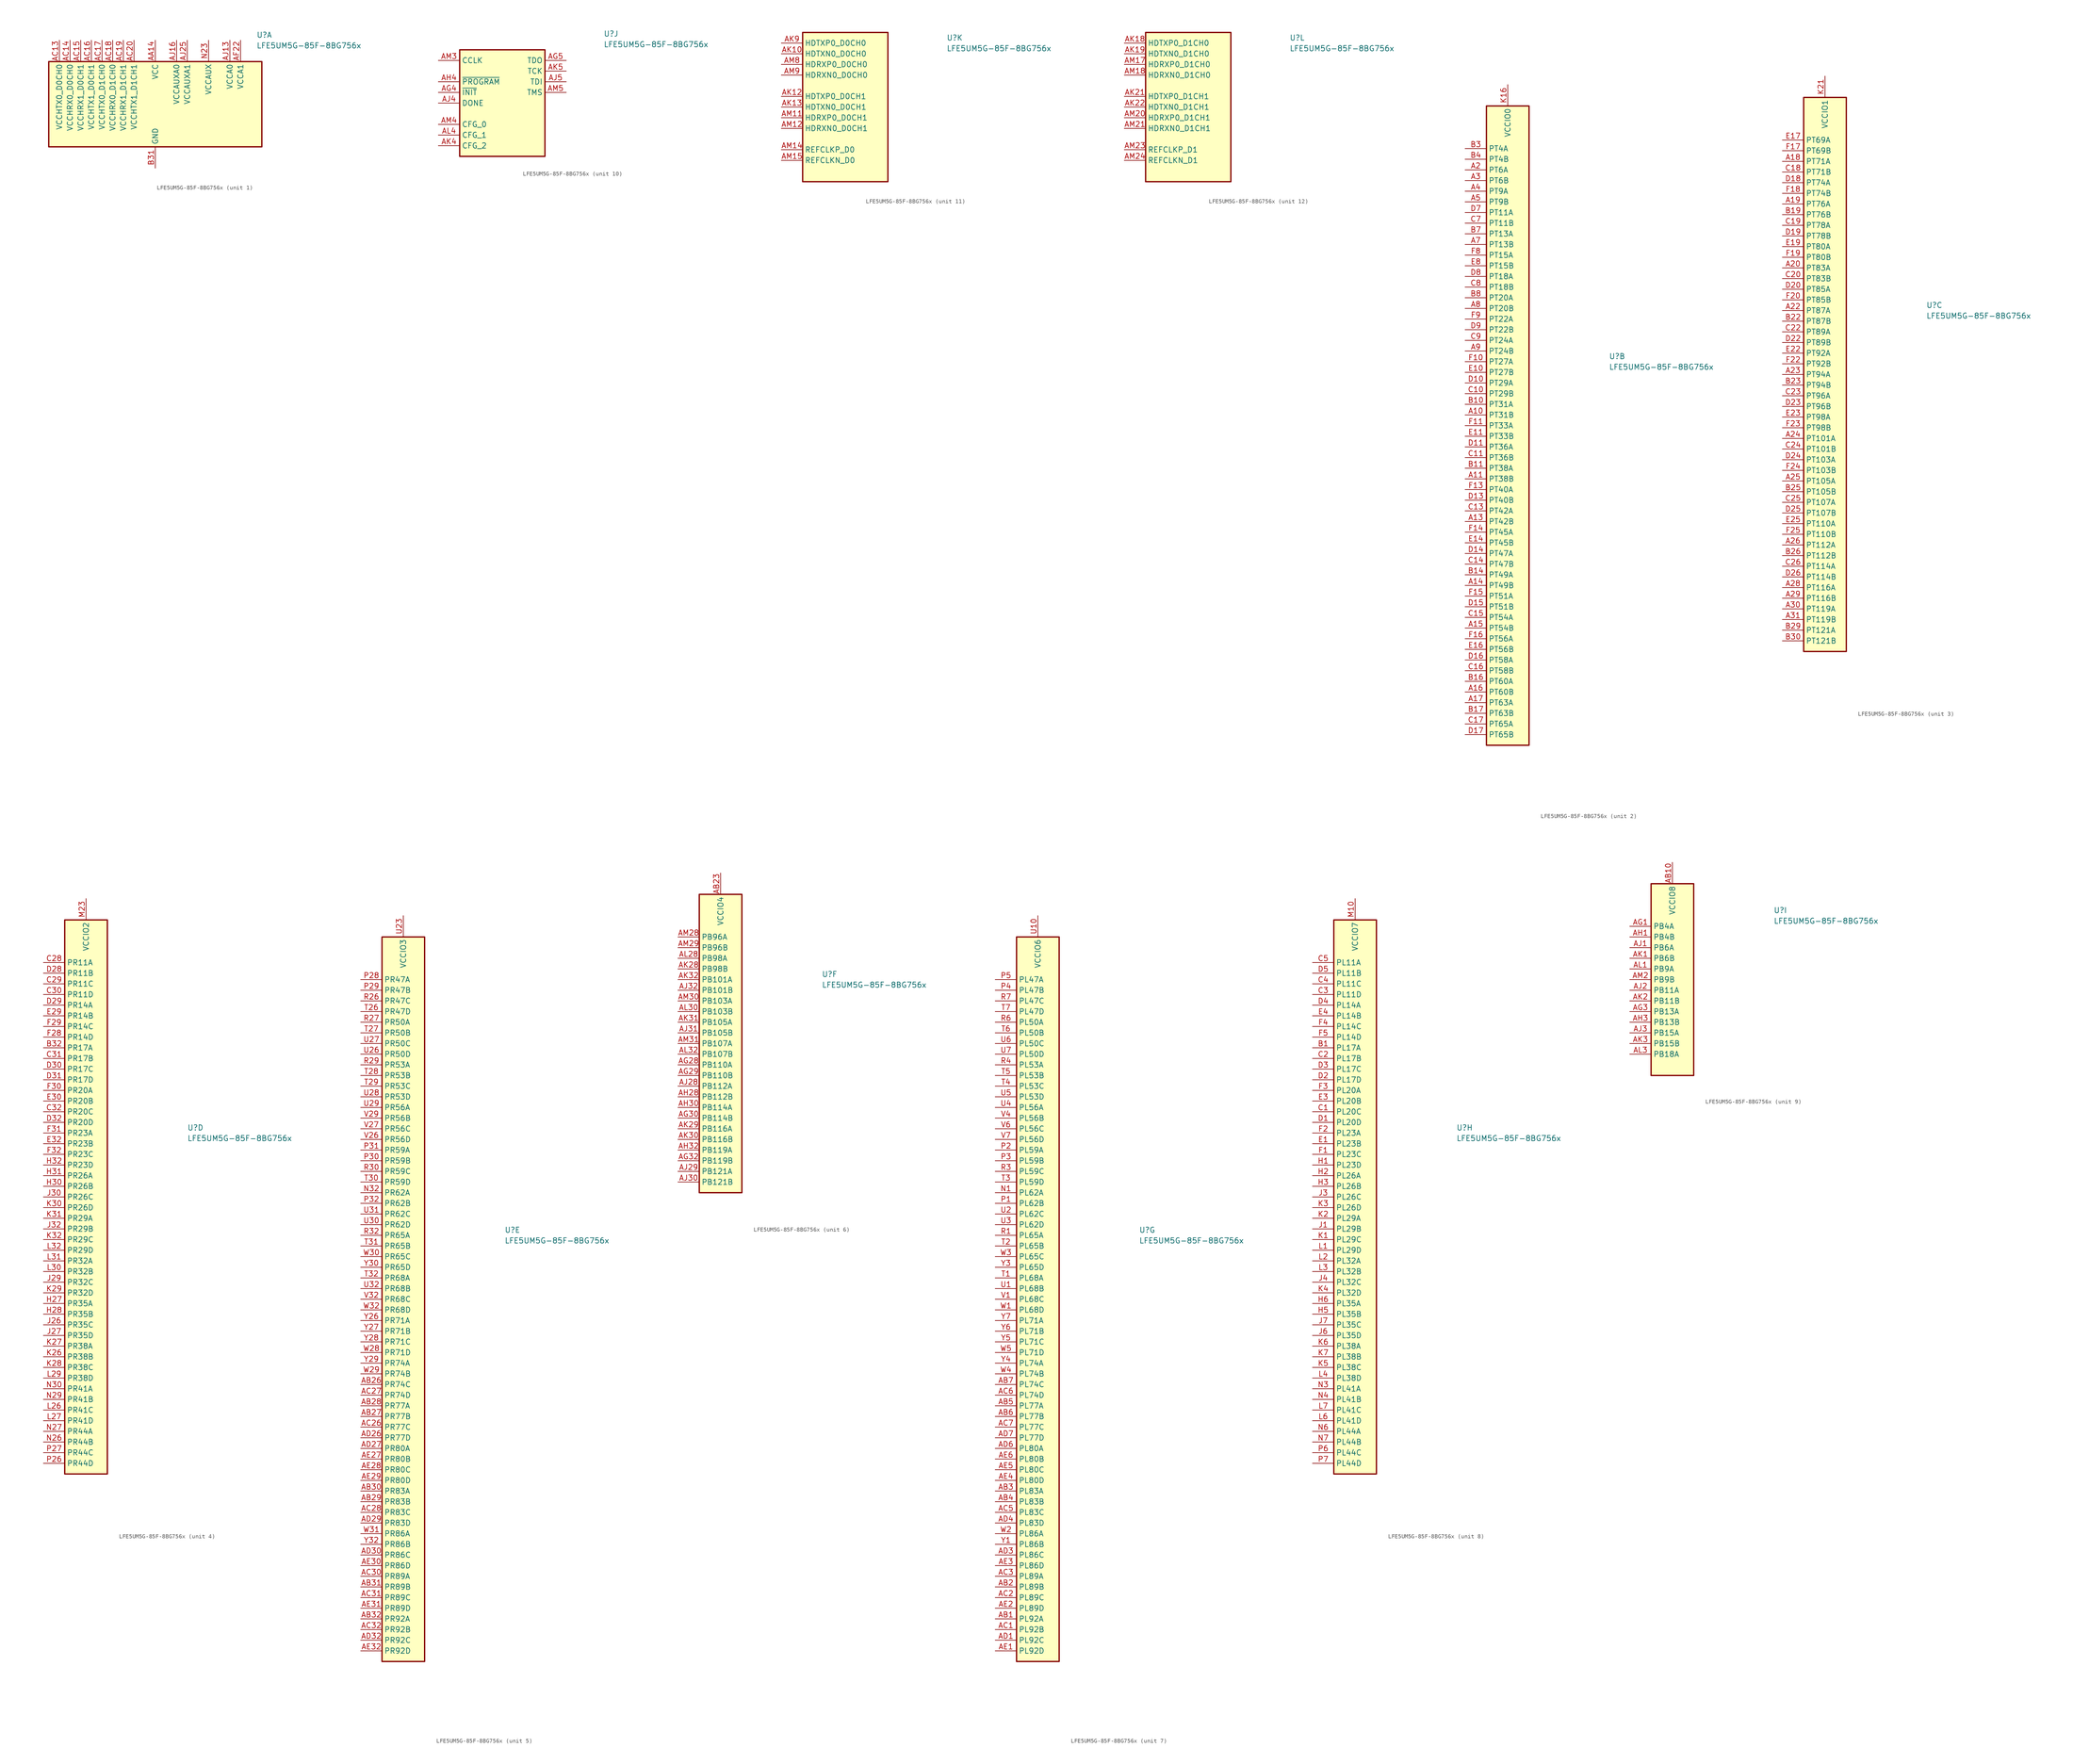
<source format=kicad_sym>
(kicad_symbol_lib
  (version 20220914)
  (generator kicad_symbol_editor)
  (symbol "LFE5UM5G-85F-8BG756x"
    (property "Reference" "U"
      (at 24.13 16.51 0)
      (effects (font (size 1.27 1.27)) (justify left)))
    (property "Value" "LFE5UM5G-85F-8BG756x"
      (at 24.13 13.97 0)
      (effects (font (size 1.27 1.27)) (justify left)))
    (property "ki_locked" ""
      (at 0 0 0)
      (effects (font (size 1.27 1.27))))
    (symbol "LFE5UM5G-85F-8BG756x_1_1"
      (rectangle (start -25.4 10.16) (end 25.4 -10.16) (stroke (width 0.305) (type default)) (fill (type background)))
      (pin passive line (at 0 -15.24 90) (length 5.08) hide (name "GND" (effects (font (size 1.27 1.27)))) (number "AA11" (effects (font (size 1.27 1.27)))))
      (pin passive line (at 0 15.24 270) (length 5.08) hide (name "VCC" (effects (font (size 1.27 1.27)))) (number "AA12" (effects (font (size 1.27 1.27)))))
      (pin passive line (at 0 15.24 270) (length 5.08) hide (name "VCC" (effects (font (size 1.27 1.27)))) (number "AA13" (effects (font (size 1.27 1.27)))))
      (pin power_in line (at 0 15.24 270) (length 5.08) (name "VCC" (effects (font (size 1.27 1.27)))) (number "AA14" (effects (font (size 1.27 1.27)))))
      (pin passive line (at 0 15.24 270) (length 5.08) hide (name "VCC" (effects (font (size 1.27 1.27)))) (number "AA15" (effects (font (size 1.27 1.27)))))
      (pin passive line (at 0 15.24 270) (length 5.08) hide (name "VCC" (effects (font (size 1.27 1.27)))) (number "AA16" (effects (font (size 1.27 1.27)))))
      (pin passive line (at 0 15.24 270) (length 5.08) hide (name "VCC" (effects (font (size 1.27 1.27)))) (number "AA17" (effects (font (size 1.27 1.27)))))
      (pin passive line (at 0 15.24 270) (length 5.08) hide (name "VCC" (effects (font (size 1.27 1.27)))) (number "AA18" (effects (font (size 1.27 1.27)))))
      (pin passive line (at 0 15.24 270) (length 5.08) hide (name "VCC" (effects (font (size 1.27 1.27)))) (number "AA19" (effects (font (size 1.27 1.27)))))
      (pin passive line (at 0 15.24 270) (length 5.08) hide (name "VCC" (effects (font (size 1.27 1.27)))) (number "AA20" (effects (font (size 1.27 1.27)))))
      (pin passive line (at 0 15.24 270) (length 5.08) hide (name "VCC" (effects (font (size 1.27 1.27)))) (number "AA21" (effects (font (size 1.27 1.27)))))
      (pin passive line (at 0 -15.24 90) (length 5.08) hide (name "GND" (effects (font (size 1.27 1.27)))) (number "AA22" (effects (font (size 1.27 1.27)))))
      (pin passive line (at 0 -15.24 90) (length 5.08) hide (name "GND" (effects (font (size 1.27 1.27)))) (number "AB11" (effects (font (size 1.27 1.27)))))
      (pin passive line (at 0 -15.24 90) (length 5.08) hide (name "GND" (effects (font (size 1.27 1.27)))) (number "AB12" (effects (font (size 1.27 1.27)))))
      (pin passive line (at 0 -15.24 90) (length 5.08) hide (name "GND" (effects (font (size 1.27 1.27)))) (number "AB13" (effects (font (size 1.27 1.27)))))
      (pin passive line (at 0 -15.24 90) (length 5.08) hide (name "GND" (effects (font (size 1.27 1.27)))) (number "AB14" (effects (font (size 1.27 1.27)))))
      (pin passive line (at 0 -15.24 90) (length 5.08) hide (name "GND" (effects (font (size 1.27 1.27)))) (number "AB15" (effects (font (size 1.27 1.27)))))
      (pin passive line (at 0 -15.24 90) (length 5.08) hide (name "GND" (effects (font (size 1.27 1.27)))) (number "AB16" (effects (font (size 1.27 1.27)))))
      (pin passive line (at 0 -15.24 90) (length 5.08) hide (name "GND" (effects (font (size 1.27 1.27)))) (number "AB17" (effects (font (size 1.27 1.27)))))
      (pin passive line (at 0 -15.24 90) (length 5.08) hide (name "GND" (effects (font (size 1.27 1.27)))) (number "AB18" (effects (font (size 1.27 1.27)))))
      (pin passive line (at 0 -15.24 90) (length 5.08) hide (name "GND" (effects (font (size 1.27 1.27)))) (number "AB19" (effects (font (size 1.27 1.27)))))
      (pin passive line (at 0 -15.24 90) (length 5.08) hide (name "GND" (effects (font (size 1.27 1.27)))) (number "AB20" (effects (font (size 1.27 1.27)))))
      (pin passive line (at 0 -15.24 90) (length 5.08) hide (name "GND" (effects (font (size 1.27 1.27)))) (number "AB21" (effects (font (size 1.27 1.27)))))
      (pin passive line (at 0 -15.24 90) (length 5.08) hide (name "GND" (effects (font (size 1.27 1.27)))) (number "AB22" (effects (font (size 1.27 1.27)))))
      (pin passive line (at 12.7 15.24 270) (length 5.08) hide (name "VCCAUX" (effects (font (size 1.27 1.27)))) (number "AC11" (effects (font (size 1.27 1.27)))))
      (pin passive line (at 0 -15.24 90) (length 5.08) hide (name "GND" (effects (font (size 1.27 1.27)))) (number "AC12" (effects (font (size 1.27 1.27)))))
      (pin power_in line (at -22.86 15.24 270) (length 5.08) (name "VCCHTX0_D0CH0" (effects (font (size 1.27 1.27)))) (number "AC13" (effects (font (size 1.27 1.27)))))
      (pin power_in line (at -20.32 15.24 270) (length 5.08) (name "VCCHRX0_D0CH0" (effects (font (size 1.27 1.27)))) (number "AC14" (effects (font (size 1.27 1.27)))))
      (pin power_in line (at -17.78 15.24 270) (length 5.08) (name "VCCHRX1_D0CH1" (effects (font (size 1.27 1.27)))) (number "AC15" (effects (font (size 1.27 1.27)))))
      (pin power_in line (at -15.24 15.24 270) (length 5.08) (name "VCCHTX1_D0CH1" (effects (font (size 1.27 1.27)))) (number "AC16" (effects (font (size 1.27 1.27)))))
      (pin power_in line (at -12.7 15.24 270) (length 5.08) (name "VCCHTX0_D1CH0" (effects (font (size 1.27 1.27)))) (number "AC17" (effects (font (size 1.27 1.27)))))
      (pin power_in line (at -10.16 15.24 270) (length 5.08) (name "VCCHRX0_D1CH0" (effects (font (size 1.27 1.27)))) (number "AC18" (effects (font (size 1.27 1.27)))))
      (pin power_in line (at -7.62 15.24 270) (length 5.08) (name "VCCHRX1_D1CH1" (effects (font (size 1.27 1.27)))) (number "AC19" (effects (font (size 1.27 1.27)))))
      (pin power_in line (at -5.08 15.24 270) (length 5.08) (name "VCCHTX1_D1CH1" (effects (font (size 1.27 1.27)))) (number "AC20" (effects (font (size 1.27 1.27)))))
      (pin passive line (at 0 -15.24 90) (length 5.08) hide (name "GND" (effects (font (size 1.27 1.27)))) (number "AC21" (effects (font (size 1.27 1.27)))))
      (pin passive line (at 12.7 15.24 270) (length 5.08) hide (name "VCCAUX" (effects (font (size 1.27 1.27)))) (number "AC22" (effects (font (size 1.27 1.27)))))
      (pin no_connect line (at 5.08 -10.16 90) (length 5.08) hide (name "NC" (effects (font (size 1.27 1.27)))) (number "AC29" (effects (font (size 1.27 1.27)))))
      (pin passive line (at 0 -15.24 90) (length 5.08) hide (name "GND" (effects (font (size 1.27 1.27)))) (number "AD2" (effects (font (size 1.27 1.27)))))
      (pin passive line (at 0 -15.24 90) (length 5.08) hide (name "GND" (effects (font (size 1.27 1.27)))) (number "AD28" (effects (font (size 1.27 1.27)))))
      (pin passive line (at 0 -15.24 90) (length 5.08) hide (name "GND" (effects (font (size 1.27 1.27)))) (number "AD31" (effects (font (size 1.27 1.27)))))
      (pin passive line (at 0 -15.24 90) (length 5.08) hide (name "GND" (effects (font (size 1.27 1.27)))) (number "AD5" (effects (font (size 1.27 1.27)))))
      (pin no_connect line (at 22.86 -10.16 90) (length 5.08) hide (name "NC" (effects (font (size 1.27 1.27)))) (number "AE26" (effects (font (size 1.27 1.27)))))
      (pin no_connect line (at 22.86 10.16 270) (length 5.08) hide (name "NC" (effects (font (size 1.27 1.27)))) (number "AE7" (effects (font (size 1.27 1.27)))))
      (pin passive line (at 0 -15.24 90) (length 5.08) hide (name "GND" (effects (font (size 1.27 1.27)))) (number "AF11" (effects (font (size 1.27 1.27)))))
      (pin passive line (at 0 -15.24 90) (length 5.08) hide (name "GND" (effects (font (size 1.27 1.27)))) (number "AF12" (effects (font (size 1.27 1.27)))))
      (pin passive line (at 0 -15.24 90) (length 5.08) hide (name "GND" (effects (font (size 1.27 1.27)))) (number "AF14" (effects (font (size 1.27 1.27)))))
      (pin passive line (at 0 -15.24 90) (length 5.08) hide (name "GND" (effects (font (size 1.27 1.27)))) (number "AF15" (effects (font (size 1.27 1.27)))))
      (pin passive line (at 0 -15.24 90) (length 5.08) hide (name "GND" (effects (font (size 1.27 1.27)))) (number "AF16" (effects (font (size 1.27 1.27)))))
      (pin passive line (at 0 -15.24 90) (length 5.08) hide (name "GND" (effects (font (size 1.27 1.27)))) (number "AF17" (effects (font (size 1.27 1.27)))))
      (pin passive line (at 0 -15.24 90) (length 5.08) hide (name "GND" (effects (font (size 1.27 1.27)))) (number "AF19" (effects (font (size 1.27 1.27)))))
      (pin passive line (at 0 -15.24 90) (length 5.08) hide (name "GND" (effects (font (size 1.27 1.27)))) (number "AF20" (effects (font (size 1.27 1.27)))))
      (pin power_in line (at 20.32 15.24 270) (length 5.08) (name "VCCA1" (effects (font (size 1.27 1.27)))) (number "AF22" (effects (font (size 1.27 1.27)))))
      (pin passive line (at 0 -15.24 90) (length 5.08) hide (name "GND" (effects (font (size 1.27 1.27)))) (number "AF23" (effects (font (size 1.27 1.27)))))
      (pin passive line (at 0 -15.24 90) (length 5.08) hide (name "GND" (effects (font (size 1.27 1.27)))) (number "AG11" (effects (font (size 1.27 1.27)))))
      (pin passive line (at 17.78 15.24 270) (length 5.08) hide (name "VCCA0" (effects (font (size 1.27 1.27)))) (number "AG12" (effects (font (size 1.27 1.27)))))
      (pin passive line (at 0 -15.24 90) (length 5.08) hide (name "GND" (effects (font (size 1.27 1.27)))) (number "AG14" (effects (font (size 1.27 1.27)))))
      (pin passive line (at 0 -15.24 90) (length 5.08) hide (name "GND" (effects (font (size 1.27 1.27)))) (number "AG15" (effects (font (size 1.27 1.27)))))
      (pin passive line (at 0 -15.24 90) (length 5.08) hide (name "GND" (effects (font (size 1.27 1.27)))) (number "AG16" (effects (font (size 1.27 1.27)))))
      (pin passive line (at 0 -15.24 90) (length 5.08) hide (name "GND" (effects (font (size 1.27 1.27)))) (number "AG17" (effects (font (size 1.27 1.27)))))
      (pin passive line (at 20.32 15.24 270) (length 5.08) hide (name "VCCA1" (effects (font (size 1.27 1.27)))) (number "AG19" (effects (font (size 1.27 1.27)))))
      (pin passive line (at 0 -15.24 90) (length 5.08) hide (name "GND" (effects (font (size 1.27 1.27)))) (number "AG20" (effects (font (size 1.27 1.27)))))
      (pin passive line (at 20.32 15.24 270) (length 5.08) hide (name "VCCA1" (effects (font (size 1.27 1.27)))) (number "AG22" (effects (font (size 1.27 1.27)))))
      (pin passive line (at 0 -15.24 90) (length 5.08) hide (name "GND" (effects (font (size 1.27 1.27)))) (number "AG23" (effects (font (size 1.27 1.27)))))
      (pin no_connect line (at -17.78 -10.16 90) (length 5.08) hide (name "NC" (effects (font (size 1.27 1.27)))) (number "AG24" (effects (font (size 1.27 1.27)))))
      (pin no_connect line (at 17.78 -10.16 90) (length 5.08) hide (name "NC" (effects (font (size 1.27 1.27)))) (number "AG31" (effects (font (size 1.27 1.27)))))
      (pin passive line (at 17.78 15.24 270) (length 5.08) hide (name "VCCA0" (effects (font (size 1.27 1.27)))) (number "AG9" (effects (font (size 1.27 1.27)))))
      (pin passive line (at 0 -15.24 90) (length 5.08) hide (name "GND" (effects (font (size 1.27 1.27)))) (number "AH11" (effects (font (size 1.27 1.27)))))
      (pin passive line (at 17.78 15.24 270) (length 5.08) hide (name "VCCA0" (effects (font (size 1.27 1.27)))) (number "AH12" (effects (font (size 1.27 1.27)))))
      (pin passive line (at 0 -15.24 90) (length 5.08) hide (name "GND" (effects (font (size 1.27 1.27)))) (number "AH14" (effects (font (size 1.27 1.27)))))
      (pin passive line (at 0 -15.24 90) (length 5.08) hide (name "GND" (effects (font (size 1.27 1.27)))) (number "AH15" (effects (font (size 1.27 1.27)))))
      (pin passive line (at 0 -15.24 90) (length 5.08) hide (name "GND" (effects (font (size 1.27 1.27)))) (number "AH16" (effects (font (size 1.27 1.27)))))
      (pin passive line (at 0 -15.24 90) (length 5.08) hide (name "GND" (effects (font (size 1.27 1.27)))) (number "AH17" (effects (font (size 1.27 1.27)))))
      (pin passive line (at 20.32 15.24 270) (length 5.08) hide (name "VCCA1" (effects (font (size 1.27 1.27)))) (number "AH19" (effects (font (size 1.27 1.27)))))
      (pin passive line (at 0 -15.24 90) (length 5.08) hide (name "GND" (effects (font (size 1.27 1.27)))) (number "AH2" (effects (font (size 1.27 1.27)))))
      (pin passive line (at 0 -15.24 90) (length 5.08) hide (name "GND" (effects (font (size 1.27 1.27)))) (number "AH20" (effects (font (size 1.27 1.27)))))
      (pin passive line (at 20.32 15.24 270) (length 5.08) hide (name "VCCA1" (effects (font (size 1.27 1.27)))) (number "AH22" (effects (font (size 1.27 1.27)))))
      (pin passive line (at 0 -15.24 90) (length 5.08) hide (name "GND" (effects (font (size 1.27 1.27)))) (number "AH23" (effects (font (size 1.27 1.27)))))
      (pin passive line (at 0 -15.24 90) (length 5.08) hide (name "GND" (effects (font (size 1.27 1.27)))) (number "AH24" (effects (font (size 1.27 1.27)))))
      (pin passive line (at 0 -15.24 90) (length 5.08) hide (name "GND" (effects (font (size 1.27 1.27)))) (number "AH25" (effects (font (size 1.27 1.27)))))
      (pin passive line (at 0 -15.24 90) (length 5.08) hide (name "GND" (effects (font (size 1.27 1.27)))) (number "AH26" (effects (font (size 1.27 1.27)))))
      (pin passive line (at 0 -15.24 90) (length 5.08) hide (name "GND" (effects (font (size 1.27 1.27)))) (number "AH29" (effects (font (size 1.27 1.27)))))
      (pin passive line (at 0 -15.24 90) (length 5.08) hide (name "GND" (effects (font (size 1.27 1.27)))) (number "AH31" (effects (font (size 1.27 1.27)))))
      (pin passive line (at 0 -15.24 90) (length 5.08) hide (name "GND" (effects (font (size 1.27 1.27)))) (number "AH5" (effects (font (size 1.27 1.27)))))
      (pin passive line (at 0 -15.24 90) (length 5.08) hide (name "GND" (effects (font (size 1.27 1.27)))) (number "AH7" (effects (font (size 1.27 1.27)))))
      (pin passive line (at 0 -15.24 90) (length 5.08) hide (name "GND" (effects (font (size 1.27 1.27)))) (number "AH8" (effects (font (size 1.27 1.27)))))
      (pin passive line (at 17.78 15.24 270) (length 5.08) hide (name "VCCA0" (effects (font (size 1.27 1.27)))) (number "AH9" (effects (font (size 1.27 1.27)))))
      (pin passive line (at 17.78 15.24 270) (length 5.08) hide (name "VCCA0" (effects (font (size 1.27 1.27)))) (number "AJ10" (effects (font (size 1.27 1.27)))))
      (pin passive line (at 0 -15.24 90) (length 5.08) hide (name "GND" (effects (font (size 1.27 1.27)))) (number "AJ11" (effects (font (size 1.27 1.27)))))
      (pin passive line (at 17.78 15.24 270) (length 5.08) hide (name "VCCA0" (effects (font (size 1.27 1.27)))) (number "AJ12" (effects (font (size 1.27 1.27)))))
      (pin power_in line (at 17.78 15.24 270) (length 5.08) (name "VCCA0" (effects (font (size 1.27 1.27)))) (number "AJ13" (effects (font (size 1.27 1.27)))))
      (pin passive line (at 0 -15.24 90) (length 5.08) hide (name "GND" (effects (font (size 1.27 1.27)))) (number "AJ14" (effects (font (size 1.27 1.27)))))
      (pin passive line (at 5.08 15.24 270) (length 5.08) hide (name "VCCAUXA0" (effects (font (size 1.27 1.27)))) (number "AJ15" (effects (font (size 1.27 1.27)))))
      (pin power_in line (at 5.08 15.24 270) (length 5.08) (name "VCCAUXA0" (effects (font (size 1.27 1.27)))) (number "AJ16" (effects (font (size 1.27 1.27)))))
      (pin passive line (at 0 -15.24 90) (length 5.08) hide (name "GND" (effects (font (size 1.27 1.27)))) (number "AJ17" (effects (font (size 1.27 1.27)))))
      (pin passive line (at 20.32 15.24 270) (length 5.08) hide (name "VCCA1" (effects (font (size 1.27 1.27)))) (number "AJ18" (effects (font (size 1.27 1.27)))))
      (pin passive line (at 20.32 15.24 270) (length 5.08) hide (name "VCCA1" (effects (font (size 1.27 1.27)))) (number "AJ19" (effects (font (size 1.27 1.27)))))
      (pin passive line (at 0 -15.24 90) (length 5.08) hide (name "GND" (effects (font (size 1.27 1.27)))) (number "AJ20" (effects (font (size 1.27 1.27)))))
      (pin passive line (at 20.32 15.24 270) (length 5.08) hide (name "VCCA1" (effects (font (size 1.27 1.27)))) (number "AJ21" (effects (font (size 1.27 1.27)))))
      (pin passive line (at 20.32 15.24 270) (length 5.08) hide (name "VCCA1" (effects (font (size 1.27 1.27)))) (number "AJ22" (effects (font (size 1.27 1.27)))))
      (pin passive line (at 0 -15.24 90) (length 5.08) hide (name "GND" (effects (font (size 1.27 1.27)))) (number "AJ23" (effects (font (size 1.27 1.27)))))
      (pin passive line (at 7.62 15.24 270) (length 5.08) hide (name "VCCAUXA1" (effects (font (size 1.27 1.27)))) (number "AJ24" (effects (font (size 1.27 1.27)))))
      (pin power_in line (at 7.62 15.24 270) (length 5.08) (name "VCCAUXA1" (effects (font (size 1.27 1.27)))) (number "AJ25" (effects (font (size 1.27 1.27)))))
      (pin passive line (at 0 -15.24 90) (length 5.08) hide (name "GND" (effects (font (size 1.27 1.27)))) (number "AJ26" (effects (font (size 1.27 1.27)))))
      (pin passive line (at 0 -15.24 90) (length 5.08) hide (name "GND" (effects (font (size 1.27 1.27)))) (number "AJ7" (effects (font (size 1.27 1.27)))))
      (pin passive line (at 0 -15.24 90) (length 5.08) hide (name "GND" (effects (font (size 1.27 1.27)))) (number "AJ8" (effects (font (size 1.27 1.27)))))
      (pin passive line (at 17.78 15.24 270) (length 5.08) hide (name "VCCA0" (effects (font (size 1.27 1.27)))) (number "AJ9" (effects (font (size 1.27 1.27)))))
      (pin passive line (at 0 -15.24 90) (length 5.08) hide (name "GND" (effects (font (size 1.27 1.27)))) (number "AK11" (effects (font (size 1.27 1.27)))))
      (pin passive line (at 0 -15.24 90) (length 5.08) hide (name "GND" (effects (font (size 1.27 1.27)))) (number "AK14" (effects (font (size 1.27 1.27)))))
      (pin passive line (at 0 -15.24 90) (length 5.08) hide (name "GND" (effects (font (size 1.27 1.27)))) (number "AK17" (effects (font (size 1.27 1.27)))))
      (pin passive line (at 0 -15.24 90) (length 5.08) hide (name "GND" (effects (font (size 1.27 1.27)))) (number "AK20" (effects (font (size 1.27 1.27)))))
      (pin passive line (at 0 -15.24 90) (length 5.08) hide (name "GND" (effects (font (size 1.27 1.27)))) (number "AK23" (effects (font (size 1.27 1.27)))))
      (pin passive line (at 0 -15.24 90) (length 5.08) hide (name "GND" (effects (font (size 1.27 1.27)))) (number "AK26" (effects (font (size 1.27 1.27)))))
      (pin passive line (at 0 -15.24 90) (length 5.08) hide (name "GND" (effects (font (size 1.27 1.27)))) (number "AK7" (effects (font (size 1.27 1.27)))))
      (pin passive line (at 0 -15.24 90) (length 5.08) hide (name "GND" (effects (font (size 1.27 1.27)))) (number "AK8" (effects (font (size 1.27 1.27)))))
      (pin passive line (at 0 -15.24 90) (length 5.08) hide (name "GND" (effects (font (size 1.27 1.27)))) (number "AL11" (effects (font (size 1.27 1.27)))))
      (pin passive line (at 0 -15.24 90) (length 5.08) hide (name "GND" (effects (font (size 1.27 1.27)))) (number "AL12" (effects (font (size 1.27 1.27)))))
      (pin passive line (at 0 -15.24 90) (length 5.08) hide (name "GND" (effects (font (size 1.27 1.27)))) (number "AL14" (effects (font (size 1.27 1.27)))))
      (pin passive line (at 0 -15.24 90) (length 5.08) hide (name "GND" (effects (font (size 1.27 1.27)))) (number "AL15" (effects (font (size 1.27 1.27)))))
      (pin passive line (at 0 -15.24 90) (length 5.08) hide (name "GND" (effects (font (size 1.27 1.27)))) (number "AL17" (effects (font (size 1.27 1.27)))))
      (pin passive line (at 0 -15.24 90) (length 5.08) hide (name "GND" (effects (font (size 1.27 1.27)))) (number "AL18" (effects (font (size 1.27 1.27)))))
      (pin passive line (at 0 -15.24 90) (length 5.08) hide (name "GND" (effects (font (size 1.27 1.27)))) (number "AL2" (effects (font (size 1.27 1.27)))))
      (pin passive line (at 0 -15.24 90) (length 5.08) hide (name "GND" (effects (font (size 1.27 1.27)))) (number "AL20" (effects (font (size 1.27 1.27)))))
      (pin passive line (at 0 -15.24 90) (length 5.08) hide (name "GND" (effects (font (size 1.27 1.27)))) (number "AL21" (effects (font (size 1.27 1.27)))))
      (pin passive line (at 0 -15.24 90) (length 5.08) hide (name "GND" (effects (font (size 1.27 1.27)))) (number "AL23" (effects (font (size 1.27 1.27)))))
      (pin passive line (at 0 -15.24 90) (length 5.08) hide (name "GND" (effects (font (size 1.27 1.27)))) (number "AL24" (effects (font (size 1.27 1.27)))))
      (pin passive line (at 0 -15.24 90) (length 5.08) hide (name "GND" (effects (font (size 1.27 1.27)))) (number "AL26" (effects (font (size 1.27 1.27)))))
      (pin passive line (at 0 -15.24 90) (length 5.08) hide (name "GND" (effects (font (size 1.27 1.27)))) (number "AL29" (effects (font (size 1.27 1.27)))))
      (pin passive line (at 0 -15.24 90) (length 5.08) hide (name "GND" (effects (font (size 1.27 1.27)))) (number "AL31" (effects (font (size 1.27 1.27)))))
      (pin passive line (at 0 -15.24 90) (length 5.08) hide (name "GND" (effects (font (size 1.27 1.27)))) (number "AL5" (effects (font (size 1.27 1.27)))))
      (pin passive line (at 0 -15.24 90) (length 5.08) hide (name "GND" (effects (font (size 1.27 1.27)))) (number "AL7" (effects (font (size 1.27 1.27)))))
      (pin passive line (at 0 -15.24 90) (length 5.08) hide (name "GND" (effects (font (size 1.27 1.27)))) (number "AL8" (effects (font (size 1.27 1.27)))))
      (pin passive line (at 0 -15.24 90) (length 5.08) hide (name "GND" (effects (font (size 1.27 1.27)))) (number "AL9" (effects (font (size 1.27 1.27)))))
      (pin passive line (at 0 -15.24 90) (length 5.08) hide (name "GND" (effects (font (size 1.27 1.27)))) (number "AM26" (effects (font (size 1.27 1.27)))))
      (pin passive line (at 0 -15.24 90) (length 5.08) hide (name "GND" (effects (font (size 1.27 1.27)))) (number "AM7" (effects (font (size 1.27 1.27)))))
      (pin passive line (at 0 -15.24 90) (length 5.08) hide (name "GND" (effects (font (size 1.27 1.27)))) (number "B13" (effects (font (size 1.27 1.27)))))
      (pin passive line (at 0 -15.24 90) (length 5.08) hide (name "GND" (effects (font (size 1.27 1.27)))) (number "B15" (effects (font (size 1.27 1.27)))))
      (pin passive line (at 0 -15.24 90) (length 5.08) hide (name "GND" (effects (font (size 1.27 1.27)))) (number "B18" (effects (font (size 1.27 1.27)))))
      (pin passive line (at 0 -15.24 90) (length 5.08) hide (name "GND" (effects (font (size 1.27 1.27)))) (number "B2" (effects (font (size 1.27 1.27)))))
      (pin passive line (at 0 -15.24 90) (length 5.08) hide (name "GND" (effects (font (size 1.27 1.27)))) (number "B20" (effects (font (size 1.27 1.27)))))
      (pin passive line (at 0 -15.24 90) (length 5.08) hide (name "GND" (effects (font (size 1.27 1.27)))) (number "B24" (effects (font (size 1.27 1.27)))))
      (pin passive line (at 0 -15.24 90) (length 5.08) hide (name "GND" (effects (font (size 1.27 1.27)))) (number "B28" (effects (font (size 1.27 1.27)))))
      (pin power_in line (at 0 -15.24 90) (length 5.08) (name "GND" (effects (font (size 1.27 1.27)))) (number "B31" (effects (font (size 1.27 1.27)))))
      (pin passive line (at 0 -15.24 90) (length 5.08) hide (name "GND" (effects (font (size 1.27 1.27)))) (number "B5" (effects (font (size 1.27 1.27)))))
      (pin passive line (at 0 -15.24 90) (length 5.08) hide (name "GND" (effects (font (size 1.27 1.27)))) (number "B9" (effects (font (size 1.27 1.27)))))
      (pin passive line (at 0 -15.24 90) (length 5.08) hide (name "GND" (effects (font (size 1.27 1.27)))) (number "E13" (effects (font (size 1.27 1.27)))))
      (pin passive line (at 0 -15.24 90) (length 5.08) hide (name "GND" (effects (font (size 1.27 1.27)))) (number "E15" (effects (font (size 1.27 1.27)))))
      (pin passive line (at 0 -15.24 90) (length 5.08) hide (name "GND" (effects (font (size 1.27 1.27)))) (number "E18" (effects (font (size 1.27 1.27)))))
      (pin passive line (at 0 -15.24 90) (length 5.08) hide (name "GND" (effects (font (size 1.27 1.27)))) (number "E2" (effects (font (size 1.27 1.27)))))
      (pin passive line (at 0 -15.24 90) (length 5.08) hide (name "GND" (effects (font (size 1.27 1.27)))) (number "E20" (effects (font (size 1.27 1.27)))))
      (pin passive line (at 0 -15.24 90) (length 5.08) hide (name "GND" (effects (font (size 1.27 1.27)))) (number "E24" (effects (font (size 1.27 1.27)))))
      (pin no_connect line (at 15.24 10.16 270) (length 5.08) hide (name "NC" (effects (font (size 1.27 1.27)))) (number "E26" (effects (font (size 1.27 1.27)))))
      (pin passive line (at 0 -15.24 90) (length 5.08) hide (name "GND" (effects (font (size 1.27 1.27)))) (number "E28" (effects (font (size 1.27 1.27)))))
      (pin passive line (at 0 -15.24 90) (length 5.08) hide (name "GND" (effects (font (size 1.27 1.27)))) (number "E31" (effects (font (size 1.27 1.27)))))
      (pin passive line (at 0 -15.24 90) (length 5.08) hide (name "GND" (effects (font (size 1.27 1.27)))) (number "E5" (effects (font (size 1.27 1.27)))))
      (pin no_connect line (at 2.54 10.16 270) (length 5.08) hide (name "NC" (effects (font (size 1.27 1.27)))) (number "E7" (effects (font (size 1.27 1.27)))))
      (pin passive line (at 0 -15.24 90) (length 5.08) hide (name "GND" (effects (font (size 1.27 1.27)))) (number "E9" (effects (font (size 1.27 1.27)))))
      (pin no_connect line (at 20.32 -10.16 90) (length 5.08) hide (name "NC" (effects (font (size 1.27 1.27)))) (number "G10" (effects (font (size 1.27 1.27)))))
      (pin no_connect line (at 2.54 -10.16 90) (length 5.08) hide (name "NC" (effects (font (size 1.27 1.27)))) (number "G11" (effects (font (size 1.27 1.27)))))
      (pin no_connect line (at -20.32 -10.16 90) (length 5.08) hide (name "NC" (effects (font (size 1.27 1.27)))) (number "G14" (effects (font (size 1.27 1.27)))))
      (pin no_connect line (at -22.86 -10.16 90) (length 5.08) hide (name "NC" (effects (font (size 1.27 1.27)))) (number "G15" (effects (font (size 1.27 1.27)))))
      (pin no_connect line (at -2.54 -10.16 90) (length 5.08) hide (name "NC" (effects (font (size 1.27 1.27)))) (number "G16" (effects (font (size 1.27 1.27)))))
      (pin no_connect line (at -5.08 -10.16 90) (length 5.08) hide (name "NC" (effects (font (size 1.27 1.27)))) (number "G17" (effects (font (size 1.27 1.27)))))
      (pin no_connect line (at -7.62 -10.16 90) (length 5.08) hide (name "NC" (effects (font (size 1.27 1.27)))) (number "G18" (effects (font (size 1.27 1.27)))))
      (pin no_connect line (at -10.16 -10.16 90) (length 5.08) hide (name "NC" (effects (font (size 1.27 1.27)))) (number "G19" (effects (font (size 1.27 1.27)))))
      (pin no_connect line (at -12.7 -10.16 90) (length 5.08) hide (name "NC" (effects (font (size 1.27 1.27)))) (number "G22" (effects (font (size 1.27 1.27)))))
      (pin no_connect line (at -15.24 -10.16 90) (length 5.08) hide (name "NC" (effects (font (size 1.27 1.27)))) (number "G23" (effects (font (size 1.27 1.27)))))
      (pin no_connect line (at 10.16 10.16 270) (length 5.08) hide (name "NC" (effects (font (size 1.27 1.27)))) (number "G24" (effects (font (size 1.27 1.27)))))
      (pin no_connect line (at -2.54 10.16 270) (length 5.08) hide (name "NC" (effects (font (size 1.27 1.27)))) (number "G9" (effects (font (size 1.27 1.27)))))
      (pin no_connect line (at 12.7 -10.16 90) (length 5.08) hide (name "NC" (effects (font (size 1.27 1.27)))) (number "H29" (effects (font (size 1.27 1.27)))))
      (pin passive line (at 0 -15.24 90) (length 5.08) hide (name "GND" (effects (font (size 1.27 1.27)))) (number "J2" (effects (font (size 1.27 1.27)))))
      (pin passive line (at 0 -15.24 90) (length 5.08) hide (name "GND" (effects (font (size 1.27 1.27)))) (number "J28" (effects (font (size 1.27 1.27)))))
      (pin passive line (at 0 -15.24 90) (length 5.08) hide (name "GND" (effects (font (size 1.27 1.27)))) (number "J31" (effects (font (size 1.27 1.27)))))
      (pin passive line (at 0 -15.24 90) (length 5.08) hide (name "GND" (effects (font (size 1.27 1.27)))) (number "J5" (effects (font (size 1.27 1.27)))))
      (pin passive line (at 0 -15.24 90) (length 5.08) hide (name "GND" (effects (font (size 1.27 1.27)))) (number "K10" (effects (font (size 1.27 1.27)))))
      (pin passive line (at 0 -15.24 90) (length 5.08) hide (name "GND" (effects (font (size 1.27 1.27)))) (number "K11" (effects (font (size 1.27 1.27)))))
      (pin passive line (at 12.7 15.24 270) (length 5.08) hide (name "VCCAUX" (effects (font (size 1.27 1.27)))) (number "K13" (effects (font (size 1.27 1.27)))))
      (pin passive line (at 12.7 15.24 270) (length 5.08) hide (name "VCCAUX" (effects (font (size 1.27 1.27)))) (number "K20" (effects (font (size 1.27 1.27)))))
      (pin passive line (at 0 -15.24 90) (length 5.08) hide (name "GND" (effects (font (size 1.27 1.27)))) (number "K22" (effects (font (size 1.27 1.27)))))
      (pin passive line (at 0 -15.24 90) (length 5.08) hide (name "GND" (effects (font (size 1.27 1.27)))) (number "K23" (effects (font (size 1.27 1.27)))))
      (pin passive line (at 0 -15.24 90) (length 5.08) hide (name "GND" (effects (font (size 1.27 1.27)))) (number "L10" (effects (font (size 1.27 1.27)))))
      (pin passive line (at 0 -15.24 90) (length 5.08) hide (name "GND" (effects (font (size 1.27 1.27)))) (number "L11" (effects (font (size 1.27 1.27)))))
      (pin passive line (at 0 -15.24 90) (length 5.08) hide (name "GND" (effects (font (size 1.27 1.27)))) (number "L12" (effects (font (size 1.27 1.27)))))
      (pin passive line (at 0 -15.24 90) (length 5.08) hide (name "GND" (effects (font (size 1.27 1.27)))) (number "L13" (effects (font (size 1.27 1.27)))))
      (pin passive line (at 0 -15.24 90) (length 5.08) hide (name "GND" (effects (font (size 1.27 1.27)))) (number "L14" (effects (font (size 1.27 1.27)))))
      (pin passive line (at 0 -15.24 90) (length 5.08) hide (name "GND" (effects (font (size 1.27 1.27)))) (number "L15" (effects (font (size 1.27 1.27)))))
      (pin passive line (at 0 -15.24 90) (length 5.08) hide (name "GND" (effects (font (size 1.27 1.27)))) (number "L16" (effects (font (size 1.27 1.27)))))
      (pin passive line (at 0 -15.24 90) (length 5.08) hide (name "GND" (effects (font (size 1.27 1.27)))) (number "L17" (effects (font (size 1.27 1.27)))))
      (pin passive line (at 0 -15.24 90) (length 5.08) hide (name "GND" (effects (font (size 1.27 1.27)))) (number "L18" (effects (font (size 1.27 1.27)))))
      (pin passive line (at 0 -15.24 90) (length 5.08) hide (name "GND" (effects (font (size 1.27 1.27)))) (number "L19" (effects (font (size 1.27 1.27)))))
      (pin passive line (at 0 -15.24 90) (length 5.08) hide (name "GND" (effects (font (size 1.27 1.27)))) (number "L20" (effects (font (size 1.27 1.27)))))
      (pin passive line (at 0 -15.24 90) (length 5.08) hide (name "GND" (effects (font (size 1.27 1.27)))) (number "L21" (effects (font (size 1.27 1.27)))))
      (pin passive line (at 0 -15.24 90) (length 5.08) hide (name "GND" (effects (font (size 1.27 1.27)))) (number "L22" (effects (font (size 1.27 1.27)))))
      (pin passive line (at 0 -15.24 90) (length 5.08) hide (name "GND" (effects (font (size 1.27 1.27)))) (number "L23" (effects (font (size 1.27 1.27)))))
      (pin no_connect line (at 7.62 -10.16 90) (length 5.08) hide (name "NC" (effects (font (size 1.27 1.27)))) (number "L28" (effects (font (size 1.27 1.27)))))
      (pin passive line (at 0 -15.24 90) (length 5.08) hide (name "GND" (effects (font (size 1.27 1.27)))) (number "M11" (effects (font (size 1.27 1.27)))))
      (pin passive line (at 0 15.24 270) (length 5.08) hide (name "VCC" (effects (font (size 1.27 1.27)))) (number "M12" (effects (font (size 1.27 1.27)))))
      (pin passive line (at 0 15.24 270) (length 5.08) hide (name "VCC" (effects (font (size 1.27 1.27)))) (number "M13" (effects (font (size 1.27 1.27)))))
      (pin passive line (at 0 15.24 270) (length 5.08) hide (name "VCC" (effects (font (size 1.27 1.27)))) (number "M14" (effects (font (size 1.27 1.27)))))
      (pin passive line (at 0 15.24 270) (length 5.08) hide (name "VCC" (effects (font (size 1.27 1.27)))) (number "M15" (effects (font (size 1.27 1.27)))))
      (pin passive line (at 0 15.24 270) (length 5.08) hide (name "VCC" (effects (font (size 1.27 1.27)))) (number "M16" (effects (font (size 1.27 1.27)))))
      (pin passive line (at 0 15.24 270) (length 5.08) hide (name "VCC" (effects (font (size 1.27 1.27)))) (number "M17" (effects (font (size 1.27 1.27)))))
      (pin passive line (at 0 15.24 270) (length 5.08) hide (name "VCC" (effects (font (size 1.27 1.27)))) (number "M18" (effects (font (size 1.27 1.27)))))
      (pin passive line (at 0 15.24 270) (length 5.08) hide (name "VCC" (effects (font (size 1.27 1.27)))) (number "M19" (effects (font (size 1.27 1.27)))))
      (pin passive line (at 0 15.24 270) (length 5.08) hide (name "VCC" (effects (font (size 1.27 1.27)))) (number "M20" (effects (font (size 1.27 1.27)))))
      (pin passive line (at 0 15.24 270) (length 5.08) hide (name "VCC" (effects (font (size 1.27 1.27)))) (number "M21" (effects (font (size 1.27 1.27)))))
      (pin passive line (at 0 -15.24 90) (length 5.08) hide (name "GND" (effects (font (size 1.27 1.27)))) (number "M22" (effects (font (size 1.27 1.27)))))
      (pin passive line (at 12.7 15.24 270) (length 5.08) hide (name "VCCAUX" (effects (font (size 1.27 1.27)))) (number "N10" (effects (font (size 1.27 1.27)))))
      (pin passive line (at 0 -15.24 90) (length 5.08) hide (name "GND" (effects (font (size 1.27 1.27)))) (number "N11" (effects (font (size 1.27 1.27)))))
      (pin passive line (at 0 15.24 270) (length 5.08) hide (name "VCC" (effects (font (size 1.27 1.27)))) (number "N12" (effects (font (size 1.27 1.27)))))
      (pin passive line (at 0 -15.24 90) (length 5.08) hide (name "GND" (effects (font (size 1.27 1.27)))) (number "N13" (effects (font (size 1.27 1.27)))))
      (pin passive line (at 0 -15.24 90) (length 5.08) hide (name "GND" (effects (font (size 1.27 1.27)))) (number "N14" (effects (font (size 1.27 1.27)))))
      (pin passive line (at 0 -15.24 90) (length 5.08) hide (name "GND" (effects (font (size 1.27 1.27)))) (number "N15" (effects (font (size 1.27 1.27)))))
      (pin passive line (at 0 -15.24 90) (length 5.08) hide (name "GND" (effects (font (size 1.27 1.27)))) (number "N16" (effects (font (size 1.27 1.27)))))
      (pin passive line (at 0 -15.24 90) (length 5.08) hide (name "GND" (effects (font (size 1.27 1.27)))) (number "N17" (effects (font (size 1.27 1.27)))))
      (pin passive line (at 0 -15.24 90) (length 5.08) hide (name "GND" (effects (font (size 1.27 1.27)))) (number "N18" (effects (font (size 1.27 1.27)))))
      (pin passive line (at 0 -15.24 90) (length 5.08) hide (name "GND" (effects (font (size 1.27 1.27)))) (number "N19" (effects (font (size 1.27 1.27)))))
      (pin passive line (at 0 -15.24 90) (length 5.08) hide (name "GND" (effects (font (size 1.27 1.27)))) (number "N2" (effects (font (size 1.27 1.27)))))
      (pin passive line (at 0 -15.24 90) (length 5.08) hide (name "GND" (effects (font (size 1.27 1.27)))) (number "N20" (effects (font (size 1.27 1.27)))))
      (pin passive line (at 0 15.24 270) (length 5.08) hide (name "VCC" (effects (font (size 1.27 1.27)))) (number "N21" (effects (font (size 1.27 1.27)))))
      (pin passive line (at 0 -15.24 90) (length 5.08) hide (name "GND" (effects (font (size 1.27 1.27)))) (number "N22" (effects (font (size 1.27 1.27)))))
      (pin power_in line (at 12.7 15.24 270) (length 5.08) (name "VCCAUX" (effects (font (size 1.27 1.27)))) (number "N23" (effects (font (size 1.27 1.27)))))
      (pin passive line (at 0 -15.24 90) (length 5.08) hide (name "GND" (effects (font (size 1.27 1.27)))) (number "N28" (effects (font (size 1.27 1.27)))))
      (pin passive line (at 0 -15.24 90) (length 5.08) hide (name "GND" (effects (font (size 1.27 1.27)))) (number "N31" (effects (font (size 1.27 1.27)))))
      (pin passive line (at 0 -15.24 90) (length 5.08) hide (name "GND" (effects (font (size 1.27 1.27)))) (number "N5" (effects (font (size 1.27 1.27)))))
      (pin passive line (at 0 -15.24 90) (length 5.08) hide (name "GND" (effects (font (size 1.27 1.27)))) (number "P11" (effects (font (size 1.27 1.27)))))
      (pin passive line (at 0 15.24 270) (length 5.08) hide (name "VCC" (effects (font (size 1.27 1.27)))) (number "P12" (effects (font (size 1.27 1.27)))))
      (pin passive line (at 0 -15.24 90) (length 5.08) hide (name "GND" (effects (font (size 1.27 1.27)))) (number "P13" (effects (font (size 1.27 1.27)))))
      (pin passive line (at 0 -15.24 90) (length 5.08) hide (name "GND" (effects (font (size 1.27 1.27)))) (number "P14" (effects (font (size 1.27 1.27)))))
      (pin passive line (at 0 -15.24 90) (length 5.08) hide (name "GND" (effects (font (size 1.27 1.27)))) (number "P15" (effects (font (size 1.27 1.27)))))
      (pin passive line (at 0 -15.24 90) (length 5.08) hide (name "GND" (effects (font (size 1.27 1.27)))) (number "P16" (effects (font (size 1.27 1.27)))))
      (pin passive line (at 0 -15.24 90) (length 5.08) hide (name "GND" (effects (font (size 1.27 1.27)))) (number "P17" (effects (font (size 1.27 1.27)))))
      (pin passive line (at 0 -15.24 90) (length 5.08) hide (name "GND" (effects (font (size 1.27 1.27)))) (number "P18" (effects (font (size 1.27 1.27)))))
      (pin passive line (at 0 -15.24 90) (length 5.08) hide (name "GND" (effects (font (size 1.27 1.27)))) (number "P19" (effects (font (size 1.27 1.27)))))
      (pin passive line (at 0 -15.24 90) (length 5.08) hide (name "GND" (effects (font (size 1.27 1.27)))) (number "P20" (effects (font (size 1.27 1.27)))))
      (pin passive line (at 0 15.24 270) (length 5.08) hide (name "VCC" (effects (font (size 1.27 1.27)))) (number "P21" (effects (font (size 1.27 1.27)))))
      (pin passive line (at 0 -15.24 90) (length 5.08) hide (name "GND" (effects (font (size 1.27 1.27)))) (number "P22" (effects (font (size 1.27 1.27)))))
      (pin passive line (at 0 -15.24 90) (length 5.08) hide (name "GND" (effects (font (size 1.27 1.27)))) (number "R11" (effects (font (size 1.27 1.27)))))
      (pin passive line (at 0 15.24 270) (length 5.08) hide (name "VCC" (effects (font (size 1.27 1.27)))) (number "R12" (effects (font (size 1.27 1.27)))))
      (pin passive line (at 0 -15.24 90) (length 5.08) hide (name "GND" (effects (font (size 1.27 1.27)))) (number "R13" (effects (font (size 1.27 1.27)))))
      (pin passive line (at 0 -15.24 90) (length 5.08) hide (name "GND" (effects (font (size 1.27 1.27)))) (number "R14" (effects (font (size 1.27 1.27)))))
      (pin passive line (at 0 -15.24 90) (length 5.08) hide (name "GND" (effects (font (size 1.27 1.27)))) (number "R15" (effects (font (size 1.27 1.27)))))
      (pin passive line (at 0 -15.24 90) (length 5.08) hide (name "GND" (effects (font (size 1.27 1.27)))) (number "R16" (effects (font (size 1.27 1.27)))))
      (pin passive line (at 0 -15.24 90) (length 5.08) hide (name "GND" (effects (font (size 1.27 1.27)))) (number "R17" (effects (font (size 1.27 1.27)))))
      (pin passive line (at 0 -15.24 90) (length 5.08) hide (name "GND" (effects (font (size 1.27 1.27)))) (number "R18" (effects (font (size 1.27 1.27)))))
      (pin passive line (at 0 -15.24 90) (length 5.08) hide (name "GND" (effects (font (size 1.27 1.27)))) (number "R19" (effects (font (size 1.27 1.27)))))
      (pin passive line (at 0 -15.24 90) (length 5.08) hide (name "GND" (effects (font (size 1.27 1.27)))) (number "R2" (effects (font (size 1.27 1.27)))))
      (pin passive line (at 0 -15.24 90) (length 5.08) hide (name "GND" (effects (font (size 1.27 1.27)))) (number "R20" (effects (font (size 1.27 1.27)))))
      (pin passive line (at 0 15.24 270) (length 5.08) hide (name "VCC" (effects (font (size 1.27 1.27)))) (number "R21" (effects (font (size 1.27 1.27)))))
      (pin passive line (at 0 -15.24 90) (length 5.08) hide (name "GND" (effects (font (size 1.27 1.27)))) (number "R22" (effects (font (size 1.27 1.27)))))
      (pin passive line (at 0 -15.24 90) (length 5.08) hide (name "GND" (effects (font (size 1.27 1.27)))) (number "R28" (effects (font (size 1.27 1.27)))))
      (pin passive line (at 0 -15.24 90) (length 5.08) hide (name "GND" (effects (font (size 1.27 1.27)))) (number "R31" (effects (font (size 1.27 1.27)))))
      (pin passive line (at 0 -15.24 90) (length 5.08) hide (name "GND" (effects (font (size 1.27 1.27)))) (number "R5" (effects (font (size 1.27 1.27)))))
      (pin passive line (at 0 -15.24 90) (length 5.08) hide (name "GND" (effects (font (size 1.27 1.27)))) (number "T11" (effects (font (size 1.27 1.27)))))
      (pin passive line (at 0 15.24 270) (length 5.08) hide (name "VCC" (effects (font (size 1.27 1.27)))) (number "T12" (effects (font (size 1.27 1.27)))))
      (pin passive line (at 0 -15.24 90) (length 5.08) hide (name "GND" (effects (font (size 1.27 1.27)))) (number "T13" (effects (font (size 1.27 1.27)))))
      (pin passive line (at 0 -15.24 90) (length 5.08) hide (name "GND" (effects (font (size 1.27 1.27)))) (number "T14" (effects (font (size 1.27 1.27)))))
      (pin passive line (at 0 -15.24 90) (length 5.08) hide (name "GND" (effects (font (size 1.27 1.27)))) (number "T15" (effects (font (size 1.27 1.27)))))
      (pin passive line (at 0 -15.24 90) (length 5.08) hide (name "GND" (effects (font (size 1.27 1.27)))) (number "T16" (effects (font (size 1.27 1.27)))))
      (pin passive line (at 0 -15.24 90) (length 5.08) hide (name "GND" (effects (font (size 1.27 1.27)))) (number "T17" (effects (font (size 1.27 1.27)))))
      (pin passive line (at 0 -15.24 90) (length 5.08) hide (name "GND" (effects (font (size 1.27 1.27)))) (number "T18" (effects (font (size 1.27 1.27)))))
      (pin passive line (at 0 -15.24 90) (length 5.08) hide (name "GND" (effects (font (size 1.27 1.27)))) (number "T19" (effects (font (size 1.27 1.27)))))
      (pin passive line (at 0 -15.24 90) (length 5.08) hide (name "GND" (effects (font (size 1.27 1.27)))) (number "T20" (effects (font (size 1.27 1.27)))))
      (pin passive line (at 0 15.24 270) (length 5.08) hide (name "VCC" (effects (font (size 1.27 1.27)))) (number "T21" (effects (font (size 1.27 1.27)))))
      (pin passive line (at 0 -15.24 90) (length 5.08) hide (name "GND" (effects (font (size 1.27 1.27)))) (number "T22" (effects (font (size 1.27 1.27)))))
      (pin passive line (at 0 -15.24 90) (length 5.08) hide (name "GND" (effects (font (size 1.27 1.27)))) (number "U11" (effects (font (size 1.27 1.27)))))
      (pin passive line (at 0 15.24 270) (length 5.08) hide (name "VCC" (effects (font (size 1.27 1.27)))) (number "U12" (effects (font (size 1.27 1.27)))))
      (pin passive line (at 0 -15.24 90) (length 5.08) hide (name "GND" (effects (font (size 1.27 1.27)))) (number "U13" (effects (font (size 1.27 1.27)))))
      (pin passive line (at 0 -15.24 90) (length 5.08) hide (name "GND" (effects (font (size 1.27 1.27)))) (number "U14" (effects (font (size 1.27 1.27)))))
      (pin passive line (at 0 -15.24 90) (length 5.08) hide (name "GND" (effects (font (size 1.27 1.27)))) (number "U15" (effects (font (size 1.27 1.27)))))
      (pin passive line (at 0 -15.24 90) (length 5.08) hide (name "GND" (effects (font (size 1.27 1.27)))) (number "U16" (effects (font (size 1.27 1.27)))))
      (pin passive line (at 0 -15.24 90) (length 5.08) hide (name "GND" (effects (font (size 1.27 1.27)))) (number "U17" (effects (font (size 1.27 1.27)))))
      (pin passive line (at 0 -15.24 90) (length 5.08) hide (name "GND" (effects (font (size 1.27 1.27)))) (number "U18" (effects (font (size 1.27 1.27)))))
      (pin passive line (at 0 -15.24 90) (length 5.08) hide (name "GND" (effects (font (size 1.27 1.27)))) (number "U19" (effects (font (size 1.27 1.27)))))
      (pin passive line (at 0 -15.24 90) (length 5.08) hide (name "GND" (effects (font (size 1.27 1.27)))) (number "U20" (effects (font (size 1.27 1.27)))))
      (pin passive line (at 0 15.24 270) (length 5.08) hide (name "VCC" (effects (font (size 1.27 1.27)))) (number "U21" (effects (font (size 1.27 1.27)))))
      (pin passive line (at 0 -15.24 90) (length 5.08) hide (name "GND" (effects (font (size 1.27 1.27)))) (number "U22" (effects (font (size 1.27 1.27)))))
      (pin passive line (at 0 -15.24 90) (length 5.08) hide (name "GND" (effects (font (size 1.27 1.27)))) (number "V11" (effects (font (size 1.27 1.27)))))
      (pin passive line (at 0 15.24 270) (length 5.08) hide (name "VCC" (effects (font (size 1.27 1.27)))) (number "V12" (effects (font (size 1.27 1.27)))))
      (pin passive line (at 0 -15.24 90) (length 5.08) hide (name "GND" (effects (font (size 1.27 1.27)))) (number "V13" (effects (font (size 1.27 1.27)))))
      (pin passive line (at 0 -15.24 90) (length 5.08) hide (name "GND" (effects (font (size 1.27 1.27)))) (number "V14" (effects (font (size 1.27 1.27)))))
      (pin passive line (at 0 -15.24 90) (length 5.08) hide (name "GND" (effects (font (size 1.27 1.27)))) (number "V15" (effects (font (size 1.27 1.27)))))
      (pin passive line (at 0 -15.24 90) (length 5.08) hide (name "GND" (effects (font (size 1.27 1.27)))) (number "V16" (effects (font (size 1.27 1.27)))))
      (pin passive line (at 0 -15.24 90) (length 5.08) hide (name "GND" (effects (font (size 1.27 1.27)))) (number "V17" (effects (font (size 1.27 1.27)))))
      (pin passive line (at 0 -15.24 90) (length 5.08) hide (name "GND" (effects (font (size 1.27 1.27)))) (number "V18" (effects (font (size 1.27 1.27)))))
      (pin passive line (at 0 -15.24 90) (length 5.08) hide (name "GND" (effects (font (size 1.27 1.27)))) (number "V19" (effects (font (size 1.27 1.27)))))
      (pin passive line (at 0 -15.24 90) (length 5.08) hide (name "GND" (effects (font (size 1.27 1.27)))) (number "V2" (effects (font (size 1.27 1.27)))))
      (pin passive line (at 0 -15.24 90) (length 5.08) hide (name "GND" (effects (font (size 1.27 1.27)))) (number "V20" (effects (font (size 1.27 1.27)))))
      (pin passive line (at 0 15.24 270) (length 5.08) hide (name "VCC" (effects (font (size 1.27 1.27)))) (number "V21" (effects (font (size 1.27 1.27)))))
      (pin passive line (at 0 -15.24 90) (length 5.08) hide (name "GND" (effects (font (size 1.27 1.27)))) (number "V22" (effects (font (size 1.27 1.27)))))
      (pin passive line (at 0 -15.24 90) (length 5.08) hide (name "GND" (effects (font (size 1.27 1.27)))) (number "V28" (effects (font (size 1.27 1.27)))))
      (pin no_connect line (at 15.24 -10.16 90) (length 5.08) hide (name "NC" (effects (font (size 1.27 1.27)))) (number "V30" (effects (font (size 1.27 1.27)))))
      (pin passive line (at 0 -15.24 90) (length 5.08) hide (name "GND" (effects (font (size 1.27 1.27)))) (number "V31" (effects (font (size 1.27 1.27)))))
      (pin passive line (at 0 -15.24 90) (length 5.08) hide (name "GND" (effects (font (size 1.27 1.27)))) (number "V5" (effects (font (size 1.27 1.27)))))
      (pin passive line (at 0 -15.24 90) (length 5.08) hide (name "GND" (effects (font (size 1.27 1.27)))) (number "W11" (effects (font (size 1.27 1.27)))))
      (pin passive line (at 0 15.24 270) (length 5.08) hide (name "VCC" (effects (font (size 1.27 1.27)))) (number "W12" (effects (font (size 1.27 1.27)))))
      (pin passive line (at 0 -15.24 90) (length 5.08) hide (name "GND" (effects (font (size 1.27 1.27)))) (number "W13" (effects (font (size 1.27 1.27)))))
      (pin passive line (at 0 -15.24 90) (length 5.08) hide (name "GND" (effects (font (size 1.27 1.27)))) (number "W14" (effects (font (size 1.27 1.27)))))
      (pin passive line (at 0 -15.24 90) (length 5.08) hide (name "GND" (effects (font (size 1.27 1.27)))) (number "W15" (effects (font (size 1.27 1.27)))))
      (pin passive line (at 0 -15.24 90) (length 5.08) hide (name "GND" (effects (font (size 1.27 1.27)))) (number "W16" (effects (font (size 1.27 1.27)))))
      (pin passive line (at 0 -15.24 90) (length 5.08) hide (name "GND" (effects (font (size 1.27 1.27)))) (number "W17" (effects (font (size 1.27 1.27)))))
      (pin passive line (at 0 -15.24 90) (length 5.08) hide (name "GND" (effects (font (size 1.27 1.27)))) (number "W18" (effects (font (size 1.27 1.27)))))
      (pin passive line (at 0 -15.24 90) (length 5.08) hide (name "GND" (effects (font (size 1.27 1.27)))) (number "W19" (effects (font (size 1.27 1.27)))))
      (pin passive line (at 0 -15.24 90) (length 5.08) hide (name "GND" (effects (font (size 1.27 1.27)))) (number "W20" (effects (font (size 1.27 1.27)))))
      (pin passive line (at 0 15.24 270) (length 5.08) hide (name "VCC" (effects (font (size 1.27 1.27)))) (number "W21" (effects (font (size 1.27 1.27)))))
      (pin passive line (at 0 -15.24 90) (length 5.08) hide (name "GND" (effects (font (size 1.27 1.27)))) (number "W22" (effects (font (size 1.27 1.27)))))
      (pin no_connect line (at 10.16 -10.16 90) (length 5.08) hide (name "NC" (effects (font (size 1.27 1.27)))) (number "W27" (effects (font (size 1.27 1.27)))))
      (pin passive line (at 12.7 15.24 270) (length 5.08) hide (name "VCCAUX" (effects (font (size 1.27 1.27)))) (number "Y10" (effects (font (size 1.27 1.27)))))
      (pin passive line (at 0 -15.24 90) (length 5.08) hide (name "GND" (effects (font (size 1.27 1.27)))) (number "Y11" (effects (font (size 1.27 1.27)))))
      (pin passive line (at 0 15.24 270) (length 5.08) hide (name "VCC" (effects (font (size 1.27 1.27)))) (number "Y12" (effects (font (size 1.27 1.27)))))
      (pin passive line (at 0 -15.24 90) (length 5.08) hide (name "GND" (effects (font (size 1.27 1.27)))) (number "Y13" (effects (font (size 1.27 1.27)))))
      (pin passive line (at 0 -15.24 90) (length 5.08) hide (name "GND" (effects (font (size 1.27 1.27)))) (number "Y14" (effects (font (size 1.27 1.27)))))
      (pin passive line (at 0 -15.24 90) (length 5.08) hide (name "GND" (effects (font (size 1.27 1.27)))) (number "Y15" (effects (font (size 1.27 1.27)))))
      (pin passive line (at 0 -15.24 90) (length 5.08) hide (name "GND" (effects (font (size 1.27 1.27)))) (number "Y16" (effects (font (size 1.27 1.27)))))
      (pin passive line (at 0 -15.24 90) (length 5.08) hide (name "GND" (effects (font (size 1.27 1.27)))) (number "Y17" (effects (font (size 1.27 1.27)))))
      (pin passive line (at 0 -15.24 90) (length 5.08) hide (name "GND" (effects (font (size 1.27 1.27)))) (number "Y18" (effects (font (size 1.27 1.27)))))
      (pin passive line (at 0 -15.24 90) (length 5.08) hide (name "GND" (effects (font (size 1.27 1.27)))) (number "Y19" (effects (font (size 1.27 1.27)))))
      (pin passive line (at 0 -15.24 90) (length 5.08) hide (name "GND" (effects (font (size 1.27 1.27)))) (number "Y2" (effects (font (size 1.27 1.27)))))
      (pin passive line (at 0 -15.24 90) (length 5.08) hide (name "GND" (effects (font (size 1.27 1.27)))) (number "Y20" (effects (font (size 1.27 1.27)))))
      (pin passive line (at 0 15.24 270) (length 5.08) hide (name "VCC" (effects (font (size 1.27 1.27)))) (number "Y21" (effects (font (size 1.27 1.27)))))
      (pin passive line (at 0 -15.24 90) (length 5.08) hide (name "GND" (effects (font (size 1.27 1.27)))) (number "Y22" (effects (font (size 1.27 1.27)))))
      (pin passive line (at 12.7 15.24 270) (length 5.08) hide (name "VCCAUX" (effects (font (size 1.27 1.27)))) (number "Y23" (effects (font (size 1.27 1.27)))))
      (pin passive line (at 0 -15.24 90) (length 5.08) hide (name "GND" (effects (font (size 1.27 1.27)))) (number "Y31" (effects (font (size 1.27 1.27))))))
    (symbol "LFE5UM5G-85F-8BG756x_2_1"
      (rectangle (start -5.08 76.2) (end 5.08 -76.2) (stroke (width 0.305) (type default)) (fill (type background)))
      (pin bidirectional line (at -10.16 2.54 0) (length 5.08) (name "PT31B" (effects (font (size 1.27 1.27)))) (number "A10" (effects (font (size 1.27 1.27)))))
      (pin bidirectional line (at -10.16 -12.7 0) (length 5.08) (name "PT38B" (effects (font (size 1.27 1.27)))) (number "A11" (effects (font (size 1.27 1.27)))))
      (pin bidirectional line (at -10.16 -22.86 0) (length 5.08) (name "PT42B" (effects (font (size 1.27 1.27)))) (number "A13" (effects (font (size 1.27 1.27)))))
      (pin bidirectional line (at -10.16 -38.1 0) (length 5.08) (name "PT49B" (effects (font (size 1.27 1.27)))) (number "A14" (effects (font (size 1.27 1.27)))))
      (pin bidirectional line (at -10.16 -48.26 0) (length 5.08) (name "PT54B" (effects (font (size 1.27 1.27)))) (number "A15" (effects (font (size 1.27 1.27)))))
      (pin bidirectional line (at -10.16 -63.5 0) (length 5.08) (name "PT60B" (effects (font (size 1.27 1.27)))) (number "A16" (effects (font (size 1.27 1.27)))))
      (pin bidirectional line (at -10.16 -66.04 0) (length 5.08) (name "PT63A" (effects (font (size 1.27 1.27)))) (number "A17" (effects (font (size 1.27 1.27)))))
      (pin bidirectional line (at -10.16 60.96 0) (length 5.08) (name "PT6A" (effects (font (size 1.27 1.27)))) (number "A2" (effects (font (size 1.27 1.27)))))
      (pin bidirectional line (at -10.16 58.42 0) (length 5.08) (name "PT6B" (effects (font (size 1.27 1.27)))) (number "A3" (effects (font (size 1.27 1.27)))))
      (pin bidirectional line (at -10.16 55.88 0) (length 5.08) (name "PT9A" (effects (font (size 1.27 1.27)))) (number "A4" (effects (font (size 1.27 1.27)))))
      (pin bidirectional line (at -10.16 53.34 0) (length 5.08) (name "PT9B" (effects (font (size 1.27 1.27)))) (number "A5" (effects (font (size 1.27 1.27)))))
      (pin bidirectional line (at -10.16 43.18 0) (length 5.08) (name "PT13B" (effects (font (size 1.27 1.27)))) (number "A7" (effects (font (size 1.27 1.27)))))
      (pin bidirectional line (at -10.16 27.94 0) (length 5.08) (name "PT20B" (effects (font (size 1.27 1.27)))) (number "A8" (effects (font (size 1.27 1.27)))))
      (pin bidirectional line (at -10.16 17.78 0) (length 5.08) (name "PT24B" (effects (font (size 1.27 1.27)))) (number "A9" (effects (font (size 1.27 1.27)))))
      (pin bidirectional line (at -10.16 5.08 0) (length 5.08) (name "PT31A" (effects (font (size 1.27 1.27)))) (number "B10" (effects (font (size 1.27 1.27)))))
      (pin bidirectional line (at -10.16 -10.16 0) (length 5.08) (name "PT38A" (effects (font (size 1.27 1.27)))) (number "B11" (effects (font (size 1.27 1.27)))))
      (pin bidirectional line (at -10.16 -35.56 0) (length 5.08) (name "PT49A" (effects (font (size 1.27 1.27)))) (number "B14" (effects (font (size 1.27 1.27)))))
      (pin bidirectional line (at -10.16 -60.96 0) (length 5.08) (name "PT60A" (effects (font (size 1.27 1.27)))) (number "B16" (effects (font (size 1.27 1.27)))))
      (pin bidirectional line (at -10.16 -68.58 0) (length 5.08) (name "PT63B" (effects (font (size 1.27 1.27)))) (number "B17" (effects (font (size 1.27 1.27)))))
      (pin bidirectional line (at -10.16 66.04 0) (length 5.08) (name "PT4A" (effects (font (size 1.27 1.27)))) (number "B3" (effects (font (size 1.27 1.27)))))
      (pin bidirectional line (at -10.16 63.5 0) (length 5.08) (name "PT4B" (effects (font (size 1.27 1.27)))) (number "B4" (effects (font (size 1.27 1.27)))))
      (pin bidirectional line (at -10.16 45.72 0) (length 5.08) (name "PT13A" (effects (font (size 1.27 1.27)))) (number "B7" (effects (font (size 1.27 1.27)))))
      (pin bidirectional line (at -10.16 30.48 0) (length 5.08) (name "PT20A" (effects (font (size 1.27 1.27)))) (number "B8" (effects (font (size 1.27 1.27)))))
      (pin bidirectional line (at -10.16 7.62 0) (length 5.08) (name "PT29B" (effects (font (size 1.27 1.27)))) (number "C10" (effects (font (size 1.27 1.27)))))
      (pin bidirectional line (at -10.16 -7.62 0) (length 5.08) (name "PT36B" (effects (font (size 1.27 1.27)))) (number "C11" (effects (font (size 1.27 1.27)))))
      (pin bidirectional line (at -10.16 -20.32 0) (length 5.08) (name "PT42A" (effects (font (size 1.27 1.27)))) (number "C13" (effects (font (size 1.27 1.27)))))
      (pin bidirectional line (at -10.16 -33.02 0) (length 5.08) (name "PT47B" (effects (font (size 1.27 1.27)))) (number "C14" (effects (font (size 1.27 1.27)))))
      (pin bidirectional line (at -10.16 -45.72 0) (length 5.08) (name "PT54A" (effects (font (size 1.27 1.27)))) (number "C15" (effects (font (size 1.27 1.27)))))
      (pin bidirectional line (at -10.16 -58.42 0) (length 5.08) (name "PT58B" (effects (font (size 1.27 1.27)))) (number "C16" (effects (font (size 1.27 1.27)))))
      (pin bidirectional line (at -10.16 -71.12 0) (length 5.08) (name "PT65A" (effects (font (size 1.27 1.27)))) (number "C17" (effects (font (size 1.27 1.27)))))
      (pin bidirectional line (at -10.16 48.26 0) (length 5.08) (name "PT11B" (effects (font (size 1.27 1.27)))) (number "C7" (effects (font (size 1.27 1.27)))))
      (pin bidirectional line (at -10.16 33.02 0) (length 5.08) (name "PT18B" (effects (font (size 1.27 1.27)))) (number "C8" (effects (font (size 1.27 1.27)))))
      (pin bidirectional line (at -10.16 20.32 0) (length 5.08) (name "PT24A" (effects (font (size 1.27 1.27)))) (number "C9" (effects (font (size 1.27 1.27)))))
      (pin bidirectional line (at -10.16 10.16 0) (length 5.08) (name "PT29A" (effects (font (size 1.27 1.27)))) (number "D10" (effects (font (size 1.27 1.27)))))
      (pin bidirectional line (at -10.16 -5.08 0) (length 5.08) (name "PT36A" (effects (font (size 1.27 1.27)))) (number "D11" (effects (font (size 1.27 1.27)))))
      (pin bidirectional line (at -10.16 -17.78 0) (length 5.08) (name "PT40B" (effects (font (size 1.27 1.27)))) (number "D13" (effects (font (size 1.27 1.27)))))
      (pin bidirectional line (at -10.16 -30.48 0) (length 5.08) (name "PT47A" (effects (font (size 1.27 1.27)))) (number "D14" (effects (font (size 1.27 1.27)))))
      (pin bidirectional line (at -10.16 -43.18 0) (length 5.08) (name "PT51B" (effects (font (size 1.27 1.27)))) (number "D15" (effects (font (size 1.27 1.27)))))
      (pin bidirectional line (at -10.16 -55.88 0) (length 5.08) (name "PT58A" (effects (font (size 1.27 1.27)))) (number "D16" (effects (font (size 1.27 1.27)))))
      (pin bidirectional line (at -10.16 -73.66 0) (length 5.08) (name "PT65B" (effects (font (size 1.27 1.27)))) (number "D17" (effects (font (size 1.27 1.27)))))
      (pin bidirectional line (at -10.16 50.8 0) (length 5.08) (name "PT11A" (effects (font (size 1.27 1.27)))) (number "D7" (effects (font (size 1.27 1.27)))))
      (pin bidirectional line (at -10.16 35.56 0) (length 5.08) (name "PT18A" (effects (font (size 1.27 1.27)))) (number "D8" (effects (font (size 1.27 1.27)))))
      (pin bidirectional line (at -10.16 22.86 0) (length 5.08) (name "PT22B" (effects (font (size 1.27 1.27)))) (number "D9" (effects (font (size 1.27 1.27)))))
      (pin bidirectional line (at -10.16 12.7 0) (length 5.08) (name "PT27B" (effects (font (size 1.27 1.27)))) (number "E10" (effects (font (size 1.27 1.27)))))
      (pin bidirectional line (at -10.16 -2.54 0) (length 5.08) (name "PT33B" (effects (font (size 1.27 1.27)))) (number "E11" (effects (font (size 1.27 1.27)))))
      (pin bidirectional line (at -10.16 -27.94 0) (length 5.08) (name "PT45B" (effects (font (size 1.27 1.27)))) (number "E14" (effects (font (size 1.27 1.27)))))
      (pin bidirectional line (at -10.16 -53.34 0) (length 5.08) (name "PT56B" (effects (font (size 1.27 1.27)))) (number "E16" (effects (font (size 1.27 1.27)))))
      (pin bidirectional line (at -10.16 38.1 0) (length 5.08) (name "PT15B" (effects (font (size 1.27 1.27)))) (number "E8" (effects (font (size 1.27 1.27)))))
      (pin bidirectional line (at -10.16 15.24 0) (length 5.08) (name "PT27A" (effects (font (size 1.27 1.27)))) (number "F10" (effects (font (size 1.27 1.27)))))
      (pin bidirectional line (at -10.16 0 0) (length 5.08) (name "PT33A" (effects (font (size 1.27 1.27)))) (number "F11" (effects (font (size 1.27 1.27)))))
      (pin bidirectional line (at -10.16 -15.24 0) (length 5.08) (name "PT40A" (effects (font (size 1.27 1.27)))) (number "F13" (effects (font (size 1.27 1.27)))))
      (pin bidirectional line (at -10.16 -25.4 0) (length 5.08) (name "PT45A" (effects (font (size 1.27 1.27)))) (number "F14" (effects (font (size 1.27 1.27)))))
      (pin bidirectional line (at -10.16 -40.64 0) (length 5.08) (name "PT51A" (effects (font (size 1.27 1.27)))) (number "F15" (effects (font (size 1.27 1.27)))))
      (pin bidirectional line (at -10.16 -50.8 0) (length 5.08) (name "PT56A" (effects (font (size 1.27 1.27)))) (number "F16" (effects (font (size 1.27 1.27)))))
      (pin bidirectional line (at -10.16 40.64 0) (length 5.08) (name "PT15A" (effects (font (size 1.27 1.27)))) (number "F8" (effects (font (size 1.27 1.27)))))
      (pin bidirectional line (at -10.16 25.4 0) (length 5.08) (name "PT22A" (effects (font (size 1.27 1.27)))) (number "F9" (effects (font (size 1.27 1.27)))))
      (pin passive line (at 0 81.28 270) (length 5.08) hide (name "VCCIO0" (effects (font (size 1.27 1.27)))) (number "K12" (effects (font (size 1.27 1.27)))))
      (pin passive line (at 0 81.28 270) (length 5.08) hide (name "VCCIO0" (effects (font (size 1.27 1.27)))) (number "K14" (effects (font (size 1.27 1.27)))))
      (pin passive line (at 0 81.28 270) (length 5.08) hide (name "VCCIO0" (effects (font (size 1.27 1.27)))) (number "K15" (effects (font (size 1.27 1.27)))))
      (pin power_in line (at 0 81.28 270) (length 5.08) (name "VCCIO0" (effects (font (size 1.27 1.27)))) (number "K16" (effects (font (size 1.27 1.27)))))
      (pin no_connect line (at 2.54 76.2 270) (length 5.08) hide (name "NC" (effects (font (size 1.27 1.27)))) (number "W6" (effects (font (size 1.27 1.27))))))
    (symbol "LFE5UM5G-85F-8BG756x_3_1"
      (rectangle (start -5.08 66.04) (end 5.08 -66.04) (stroke (width 0.305) (type default)) (fill (type background)))
      (pin bidirectional line (at -10.16 50.8 0) (length 5.08) (name "PT71A" (effects (font (size 1.27 1.27)))) (number "A18" (effects (font (size 1.27 1.27)))))
      (pin bidirectional line (at -10.16 40.64 0) (length 5.08) (name "PT76A" (effects (font (size 1.27 1.27)))) (number "A19" (effects (font (size 1.27 1.27)))))
      (pin bidirectional line (at -10.16 25.4 0) (length 5.08) (name "PT83A" (effects (font (size 1.27 1.27)))) (number "A20" (effects (font (size 1.27 1.27)))))
      (pin bidirectional line (at -10.16 15.24 0) (length 5.08) (name "PT87A" (effects (font (size 1.27 1.27)))) (number "A22" (effects (font (size 1.27 1.27)))))
      (pin bidirectional line (at -10.16 0 0) (length 5.08) (name "PT94A" (effects (font (size 1.27 1.27)))) (number "A23" (effects (font (size 1.27 1.27)))))
      (pin bidirectional line (at -10.16 -15.24 0) (length 5.08) (name "PT101A" (effects (font (size 1.27 1.27)))) (number "A24" (effects (font (size 1.27 1.27)))))
      (pin bidirectional line (at -10.16 -25.4 0) (length 5.08) (name "PT105A" (effects (font (size 1.27 1.27)))) (number "A25" (effects (font (size 1.27 1.27)))))
      (pin bidirectional line (at -10.16 -40.64 0) (length 5.08) (name "PT112A" (effects (font (size 1.27 1.27)))) (number "A26" (effects (font (size 1.27 1.27)))))
      (pin bidirectional line (at -10.16 -50.8 0) (length 5.08) (name "PT116A" (effects (font (size 1.27 1.27)))) (number "A28" (effects (font (size 1.27 1.27)))))
      (pin bidirectional line (at -10.16 -53.34 0) (length 5.08) (name "PT116B" (effects (font (size 1.27 1.27)))) (number "A29" (effects (font (size 1.27 1.27)))))
      (pin bidirectional line (at -10.16 -55.88 0) (length 5.08) (name "PT119A" (effects (font (size 1.27 1.27)))) (number "A30" (effects (font (size 1.27 1.27)))))
      (pin bidirectional line (at -10.16 -58.42 0) (length 5.08) (name "PT119B" (effects (font (size 1.27 1.27)))) (number "A31" (effects (font (size 1.27 1.27)))))
      (pin bidirectional line (at -10.16 38.1 0) (length 5.08) (name "PT76B" (effects (font (size 1.27 1.27)))) (number "B19" (effects (font (size 1.27 1.27)))))
      (pin bidirectional line (at -10.16 12.7 0) (length 5.08) (name "PT87B" (effects (font (size 1.27 1.27)))) (number "B22" (effects (font (size 1.27 1.27)))))
      (pin bidirectional line (at -10.16 -2.54 0) (length 5.08) (name "PT94B" (effects (font (size 1.27 1.27)))) (number "B23" (effects (font (size 1.27 1.27)))))
      (pin bidirectional line (at -10.16 -27.94 0) (length 5.08) (name "PT105B" (effects (font (size 1.27 1.27)))) (number "B25" (effects (font (size 1.27 1.27)))))
      (pin bidirectional line (at -10.16 -43.18 0) (length 5.08) (name "PT112B" (effects (font (size 1.27 1.27)))) (number "B26" (effects (font (size 1.27 1.27)))))
      (pin bidirectional line (at -10.16 -60.96 0) (length 5.08) (name "PT121A" (effects (font (size 1.27 1.27)))) (number "B29" (effects (font (size 1.27 1.27)))))
      (pin bidirectional line (at -10.16 -63.5 0) (length 5.08) (name "PT121B" (effects (font (size 1.27 1.27)))) (number "B30" (effects (font (size 1.27 1.27)))))
      (pin bidirectional line (at -10.16 48.26 0) (length 5.08) (name "PT71B" (effects (font (size 1.27 1.27)))) (number "C18" (effects (font (size 1.27 1.27)))))
      (pin bidirectional line (at -10.16 35.56 0) (length 5.08) (name "PT78A" (effects (font (size 1.27 1.27)))) (number "C19" (effects (font (size 1.27 1.27)))))
      (pin bidirectional line (at -10.16 22.86 0) (length 5.08) (name "PT83B" (effects (font (size 1.27 1.27)))) (number "C20" (effects (font (size 1.27 1.27)))))
      (pin bidirectional line (at -10.16 10.16 0) (length 5.08) (name "PT89A" (effects (font (size 1.27 1.27)))) (number "C22" (effects (font (size 1.27 1.27)))))
      (pin bidirectional line (at -10.16 -5.08 0) (length 5.08) (name "PT96A" (effects (font (size 1.27 1.27)))) (number "C23" (effects (font (size 1.27 1.27)))))
      (pin bidirectional line (at -10.16 -17.78 0) (length 5.08) (name "PT101B" (effects (font (size 1.27 1.27)))) (number "C24" (effects (font (size 1.27 1.27)))))
      (pin bidirectional line (at -10.16 -30.48 0) (length 5.08) (name "PT107A" (effects (font (size 1.27 1.27)))) (number "C25" (effects (font (size 1.27 1.27)))))
      (pin bidirectional line (at -10.16 -45.72 0) (length 5.08) (name "PT114A" (effects (font (size 1.27 1.27)))) (number "C26" (effects (font (size 1.27 1.27)))))
      (pin bidirectional line (at -10.16 45.72 0) (length 5.08) (name "PT74A" (effects (font (size 1.27 1.27)))) (number "D18" (effects (font (size 1.27 1.27)))))
      (pin bidirectional line (at -10.16 33.02 0) (length 5.08) (name "PT78B" (effects (font (size 1.27 1.27)))) (number "D19" (effects (font (size 1.27 1.27)))))
      (pin bidirectional line (at -10.16 20.32 0) (length 5.08) (name "PT85A" (effects (font (size 1.27 1.27)))) (number "D20" (effects (font (size 1.27 1.27)))))
      (pin bidirectional line (at -10.16 7.62 0) (length 5.08) (name "PT89B" (effects (font (size 1.27 1.27)))) (number "D22" (effects (font (size 1.27 1.27)))))
      (pin bidirectional line (at -10.16 -7.62 0) (length 5.08) (name "PT96B" (effects (font (size 1.27 1.27)))) (number "D23" (effects (font (size 1.27 1.27)))))
      (pin bidirectional line (at -10.16 -20.32 0) (length 5.08) (name "PT103A" (effects (font (size 1.27 1.27)))) (number "D24" (effects (font (size 1.27 1.27)))))
      (pin bidirectional line (at -10.16 -33.02 0) (length 5.08) (name "PT107B" (effects (font (size 1.27 1.27)))) (number "D25" (effects (font (size 1.27 1.27)))))
      (pin bidirectional line (at -10.16 -48.26 0) (length 5.08) (name "PT114B" (effects (font (size 1.27 1.27)))) (number "D26" (effects (font (size 1.27 1.27)))))
      (pin bidirectional line (at -10.16 55.88 0) (length 5.08) (name "PT69A" (effects (font (size 1.27 1.27)))) (number "E17" (effects (font (size 1.27 1.27)))))
      (pin bidirectional line (at -10.16 30.48 0) (length 5.08) (name "PT80A" (effects (font (size 1.27 1.27)))) (number "E19" (effects (font (size 1.27 1.27)))))
      (pin bidirectional line (at -10.16 5.08 0) (length 5.08) (name "PT92A" (effects (font (size 1.27 1.27)))) (number "E22" (effects (font (size 1.27 1.27)))))
      (pin bidirectional line (at -10.16 -10.16 0) (length 5.08) (name "PT98A" (effects (font (size 1.27 1.27)))) (number "E23" (effects (font (size 1.27 1.27)))))
      (pin bidirectional line (at -10.16 -35.56 0) (length 5.08) (name "PT110A" (effects (font (size 1.27 1.27)))) (number "E25" (effects (font (size 1.27 1.27)))))
      (pin bidirectional line (at -10.16 53.34 0) (length 5.08) (name "PT69B" (effects (font (size 1.27 1.27)))) (number "F17" (effects (font (size 1.27 1.27)))))
      (pin bidirectional line (at -10.16 43.18 0) (length 5.08) (name "PT74B" (effects (font (size 1.27 1.27)))) (number "F18" (effects (font (size 1.27 1.27)))))
      (pin bidirectional line (at -10.16 27.94 0) (length 5.08) (name "PT80B" (effects (font (size 1.27 1.27)))) (number "F19" (effects (font (size 1.27 1.27)))))
      (pin bidirectional line (at -10.16 17.78 0) (length 5.08) (name "PT85B" (effects (font (size 1.27 1.27)))) (number "F20" (effects (font (size 1.27 1.27)))))
      (pin bidirectional line (at -10.16 2.54 0) (length 5.08) (name "PT92B" (effects (font (size 1.27 1.27)))) (number "F22" (effects (font (size 1.27 1.27)))))
      (pin bidirectional line (at -10.16 -12.7 0) (length 5.08) (name "PT98B" (effects (font (size 1.27 1.27)))) (number "F23" (effects (font (size 1.27 1.27)))))
      (pin bidirectional line (at -10.16 -22.86 0) (length 5.08) (name "PT103B" (effects (font (size 1.27 1.27)))) (number "F24" (effects (font (size 1.27 1.27)))))
      (pin bidirectional line (at -10.16 -38.1 0) (length 5.08) (name "PT110B" (effects (font (size 1.27 1.27)))) (number "F25" (effects (font (size 1.27 1.27)))))
      (pin passive line (at 0 71.12 270) (length 5.08) hide (name "VCCIO1" (effects (font (size 1.27 1.27)))) (number "K17" (effects (font (size 1.27 1.27)))))
      (pin passive line (at 0 71.12 270) (length 5.08) hide (name "VCCIO1" (effects (font (size 1.27 1.27)))) (number "K18" (effects (font (size 1.27 1.27)))))
      (pin passive line (at 0 71.12 270) (length 5.08) hide (name "VCCIO1" (effects (font (size 1.27 1.27)))) (number "K19" (effects (font (size 1.27 1.27)))))
      (pin power_in line (at 0 71.12 270) (length 5.08) (name "VCCIO1" (effects (font (size 1.27 1.27)))) (number "K21" (effects (font (size 1.27 1.27)))))
      (pin no_connect line (at 2.54 66.04 270) (length 5.08) hide (name "NC" (effects (font (size 1.27 1.27)))) (number "L5" (effects (font (size 1.27 1.27))))))
    (symbol "LFE5UM5G-85F-8BG756x_4_1"
      (rectangle (start -5.08 66.04) (end 5.08 -66.04) (stroke (width 0.305) (type default)) (fill (type background)))
      (pin bidirectional line (at -10.16 35.56 0) (length 5.08) (name "PR17A" (effects (font (size 1.27 1.27)))) (number "B32" (effects (font (size 1.27 1.27)))))
      (pin bidirectional line (at -10.16 55.88 0) (length 5.08) (name "PR11A" (effects (font (size 1.27 1.27)))) (number "C28" (effects (font (size 1.27 1.27)))))
      (pin bidirectional line (at -10.16 50.8 0) (length 5.08) (name "PR11C" (effects (font (size 1.27 1.27)))) (number "C29" (effects (font (size 1.27 1.27)))))
      (pin bidirectional line (at -10.16 48.26 0) (length 5.08) (name "PR11D" (effects (font (size 1.27 1.27)))) (number "C30" (effects (font (size 1.27 1.27)))))
      (pin bidirectional line (at -10.16 33.02 0) (length 5.08) (name "PR17B" (effects (font (size 1.27 1.27)))) (number "C31" (effects (font (size 1.27 1.27)))))
      (pin bidirectional line (at -10.16 20.32 0) (length 5.08) (name "PR20C" (effects (font (size 1.27 1.27)))) (number "C32" (effects (font (size 1.27 1.27)))))
      (pin bidirectional line (at -10.16 53.34 0) (length 5.08) (name "PR11B" (effects (font (size 1.27 1.27)))) (number "D28" (effects (font (size 1.27 1.27)))))
      (pin bidirectional line (at -10.16 45.72 0) (length 5.08) (name "PR14A" (effects (font (size 1.27 1.27)))) (number "D29" (effects (font (size 1.27 1.27)))))
      (pin bidirectional line (at -10.16 30.48 0) (length 5.08) (name "PR17C" (effects (font (size 1.27 1.27)))) (number "D30" (effects (font (size 1.27 1.27)))))
      (pin bidirectional line (at -10.16 27.94 0) (length 5.08) (name "PR17D" (effects (font (size 1.27 1.27)))) (number "D31" (effects (font (size 1.27 1.27)))))
      (pin bidirectional line (at -10.16 17.78 0) (length 5.08) (name "PR20D" (effects (font (size 1.27 1.27)))) (number "D32" (effects (font (size 1.27 1.27)))))
      (pin bidirectional line (at -10.16 43.18 0) (length 5.08) (name "PR14B" (effects (font (size 1.27 1.27)))) (number "E29" (effects (font (size 1.27 1.27)))))
      (pin bidirectional line (at -10.16 22.86 0) (length 5.08) (name "PR20B" (effects (font (size 1.27 1.27)))) (number "E30" (effects (font (size 1.27 1.27)))))
      (pin bidirectional line (at -10.16 12.7 0) (length 5.08) (name "PR23B" (effects (font (size 1.27 1.27)))) (number "E32" (effects (font (size 1.27 1.27)))))
      (pin bidirectional line (at -10.16 38.1 0) (length 5.08) (name "PR14D" (effects (font (size 1.27 1.27)))) (number "F28" (effects (font (size 1.27 1.27)))))
      (pin bidirectional line (at -10.16 40.64 0) (length 5.08) (name "PR14C" (effects (font (size 1.27 1.27)))) (number "F29" (effects (font (size 1.27 1.27)))))
      (pin bidirectional line (at -10.16 25.4 0) (length 5.08) (name "PR20A" (effects (font (size 1.27 1.27)))) (number "F30" (effects (font (size 1.27 1.27)))))
      (pin bidirectional line (at -10.16 15.24 0) (length 5.08) (name "PR23A" (effects (font (size 1.27 1.27)))) (number "F31" (effects (font (size 1.27 1.27)))))
      (pin bidirectional line (at -10.16 10.16 0) (length 5.08) (name "PR23C" (effects (font (size 1.27 1.27)))) (number "F32" (effects (font (size 1.27 1.27)))))
      (pin bidirectional line (at -10.16 -25.4 0) (length 5.08) (name "PR35A" (effects (font (size 1.27 1.27)))) (number "H27" (effects (font (size 1.27 1.27)))))
      (pin bidirectional line (at -10.16 -27.94 0) (length 5.08) (name "PR35B" (effects (font (size 1.27 1.27)))) (number "H28" (effects (font (size 1.27 1.27)))))
      (pin bidirectional line (at -10.16 2.54 0) (length 5.08) (name "PR26B" (effects (font (size 1.27 1.27)))) (number "H30" (effects (font (size 1.27 1.27)))))
      (pin bidirectional line (at -10.16 5.08 0) (length 5.08) (name "PR26A" (effects (font (size 1.27 1.27)))) (number "H31" (effects (font (size 1.27 1.27)))))
      (pin bidirectional line (at -10.16 7.62 0) (length 5.08) (name "PR23D" (effects (font (size 1.27 1.27)))) (number "H32" (effects (font (size 1.27 1.27)))))
      (pin no_connect line (at 2.54 66.04 270) (length 5.08) hide (name "NC" (effects (font (size 1.27 1.27)))) (number "H4" (effects (font (size 1.27 1.27)))))
      (pin bidirectional line (at -10.16 -30.48 0) (length 5.08) (name "PR35C" (effects (font (size 1.27 1.27)))) (number "J26" (effects (font (size 1.27 1.27)))))
      (pin bidirectional line (at -10.16 -33.02 0) (length 5.08) (name "PR35D" (effects (font (size 1.27 1.27)))) (number "J27" (effects (font (size 1.27 1.27)))))
      (pin bidirectional line (at -10.16 -20.32 0) (length 5.08) (name "PR32C" (effects (font (size 1.27 1.27)))) (number "J29" (effects (font (size 1.27 1.27)))))
      (pin bidirectional line (at -10.16 0 0) (length 5.08) (name "PR26C" (effects (font (size 1.27 1.27)))) (number "J30" (effects (font (size 1.27 1.27)))))
      (pin bidirectional line (at -10.16 -7.62 0) (length 5.08) (name "PR29B" (effects (font (size 1.27 1.27)))) (number "J32" (effects (font (size 1.27 1.27)))))
      (pin bidirectional line (at -10.16 -38.1 0) (length 5.08) (name "PR38B" (effects (font (size 1.27 1.27)))) (number "K26" (effects (font (size 1.27 1.27)))))
      (pin bidirectional line (at -10.16 -35.56 0) (length 5.08) (name "PR38A" (effects (font (size 1.27 1.27)))) (number "K27" (effects (font (size 1.27 1.27)))))
      (pin bidirectional line (at -10.16 -40.64 0) (length 5.08) (name "PR38C" (effects (font (size 1.27 1.27)))) (number "K28" (effects (font (size 1.27 1.27)))))
      (pin bidirectional line (at -10.16 -22.86 0) (length 5.08) (name "PR32D" (effects (font (size 1.27 1.27)))) (number "K29" (effects (font (size 1.27 1.27)))))
      (pin bidirectional line (at -10.16 -2.54 0) (length 5.08) (name "PR26D" (effects (font (size 1.27 1.27)))) (number "K30" (effects (font (size 1.27 1.27)))))
      (pin bidirectional line (at -10.16 -5.08 0) (length 5.08) (name "PR29A" (effects (font (size 1.27 1.27)))) (number "K31" (effects (font (size 1.27 1.27)))))
      (pin bidirectional line (at -10.16 -10.16 0) (length 5.08) (name "PR29C" (effects (font (size 1.27 1.27)))) (number "K32" (effects (font (size 1.27 1.27)))))
      (pin bidirectional line (at -10.16 -50.8 0) (length 5.08) (name "PR41C" (effects (font (size 1.27 1.27)))) (number "L26" (effects (font (size 1.27 1.27)))))
      (pin bidirectional line (at -10.16 -53.34 0) (length 5.08) (name "PR41D" (effects (font (size 1.27 1.27)))) (number "L27" (effects (font (size 1.27 1.27)))))
      (pin bidirectional line (at -10.16 -43.18 0) (length 5.08) (name "PR38D" (effects (font (size 1.27 1.27)))) (number "L29" (effects (font (size 1.27 1.27)))))
      (pin bidirectional line (at -10.16 -17.78 0) (length 5.08) (name "PR32B" (effects (font (size 1.27 1.27)))) (number "L30" (effects (font (size 1.27 1.27)))))
      (pin bidirectional line (at -10.16 -15.24 0) (length 5.08) (name "PR32A" (effects (font (size 1.27 1.27)))) (number "L31" (effects (font (size 1.27 1.27)))))
      (pin bidirectional line (at -10.16 -12.7 0) (length 5.08) (name "PR29D" (effects (font (size 1.27 1.27)))) (number "L32" (effects (font (size 1.27 1.27)))))
      (pin power_in line (at 0 71.12 270) (length 5.08) (name "VCCIO2" (effects (font (size 1.27 1.27)))) (number "M23" (effects (font (size 1.27 1.27)))))
      (pin bidirectional line (at -10.16 -58.42 0) (length 5.08) (name "PR44B" (effects (font (size 1.27 1.27)))) (number "N26" (effects (font (size 1.27 1.27)))))
      (pin bidirectional line (at -10.16 -55.88 0) (length 5.08) (name "PR44A" (effects (font (size 1.27 1.27)))) (number "N27" (effects (font (size 1.27 1.27)))))
      (pin bidirectional line (at -10.16 -48.26 0) (length 5.08) (name "PR41B" (effects (font (size 1.27 1.27)))) (number "N29" (effects (font (size 1.27 1.27)))))
      (pin bidirectional line (at -10.16 -45.72 0) (length 5.08) (name "PR41A" (effects (font (size 1.27 1.27)))) (number "N30" (effects (font (size 1.27 1.27)))))
      (pin passive line (at 0 71.12 270) (length 5.08) hide (name "VCCIO2" (effects (font (size 1.27 1.27)))) (number "P23" (effects (font (size 1.27 1.27)))))
      (pin bidirectional line (at -10.16 -63.5 0) (length 5.08) (name "PR44D" (effects (font (size 1.27 1.27)))) (number "P26" (effects (font (size 1.27 1.27)))))
      (pin bidirectional line (at -10.16 -60.96 0) (length 5.08) (name "PR44C" (effects (font (size 1.27 1.27)))) (number "P27" (effects (font (size 1.27 1.27)))))
      (pin passive line (at 0 71.12 270) (length 5.08) hide (name "VCCIO2" (effects (font (size 1.27 1.27)))) (number "R23" (effects (font (size 1.27 1.27)))))
      (pin passive line (at 0 71.12 270) (length 5.08) hide (name "VCCIO2" (effects (font (size 1.27 1.27)))) (number "T23" (effects (font (size 1.27 1.27))))))
    (symbol "LFE5UM5G-85F-8BG756x_5_1"
      (rectangle (start -5.08 86.36) (end 5.08 -86.36) (stroke (width 0.305) (type default)) (fill (type background)))
      (pin passive line (at 0 91.44 270) (length 5.08) hide (name "VCCIO3" (effects (font (size 1.27 1.27)))) (number "AA23" (effects (font (size 1.27 1.27)))))
      (pin bidirectional line (at -10.16 -20.32 0) (length 5.08) (name "PR74C" (effects (font (size 1.27 1.27)))) (number "AB26" (effects (font (size 1.27 1.27)))))
      (pin bidirectional line (at -10.16 -27.94 0) (length 5.08) (name "PR77B" (effects (font (size 1.27 1.27)))) (number "AB27" (effects (font (size 1.27 1.27)))))
      (pin bidirectional line (at -10.16 -25.4 0) (length 5.08) (name "PR77A" (effects (font (size 1.27 1.27)))) (number "AB28" (effects (font (size 1.27 1.27)))))
      (pin bidirectional line (at -10.16 -48.26 0) (length 5.08) (name "PR83B" (effects (font (size 1.27 1.27)))) (number "AB29" (effects (font (size 1.27 1.27)))))
      (pin bidirectional line (at -10.16 -45.72 0) (length 5.08) (name "PR83A" (effects (font (size 1.27 1.27)))) (number "AB30" (effects (font (size 1.27 1.27)))))
      (pin bidirectional line (at -10.16 -68.58 0) (length 5.08) (name "PR89B" (effects (font (size 1.27 1.27)))) (number "AB31" (effects (font (size 1.27 1.27)))))
      (pin bidirectional line (at -10.16 -76.2 0) (length 5.08) (name "PR92A" (effects (font (size 1.27 1.27)))) (number "AB32" (effects (font (size 1.27 1.27)))))
      (pin bidirectional line (at -10.16 -30.48 0) (length 5.08) (name "PR77C" (effects (font (size 1.27 1.27)))) (number "AC26" (effects (font (size 1.27 1.27)))))
      (pin bidirectional line (at -10.16 -22.86 0) (length 5.08) (name "PR74D" (effects (font (size 1.27 1.27)))) (number "AC27" (effects (font (size 1.27 1.27)))))
      (pin bidirectional line (at -10.16 -50.8 0) (length 5.08) (name "PR83C" (effects (font (size 1.27 1.27)))) (number "AC28" (effects (font (size 1.27 1.27)))))
      (pin bidirectional line (at -10.16 -66.04 0) (length 5.08) (name "PR89A" (effects (font (size 1.27 1.27)))) (number "AC30" (effects (font (size 1.27 1.27)))))
      (pin bidirectional line (at -10.16 -71.12 0) (length 5.08) (name "PR89C" (effects (font (size 1.27 1.27)))) (number "AC31" (effects (font (size 1.27 1.27)))))
      (pin bidirectional line (at -10.16 -78.74 0) (length 5.08) (name "PR92B" (effects (font (size 1.27 1.27)))) (number "AC32" (effects (font (size 1.27 1.27)))))
      (pin no_connect line (at 2.54 86.36 270) (length 5.08) hide (name "NC" (effects (font (size 1.27 1.27)))) (number "AC4" (effects (font (size 1.27 1.27)))))
      (pin bidirectional line (at -10.16 -33.02 0) (length 5.08) (name "PR77D" (effects (font (size 1.27 1.27)))) (number "AD26" (effects (font (size 1.27 1.27)))))
      (pin bidirectional line (at -10.16 -35.56 0) (length 5.08) (name "PR80A" (effects (font (size 1.27 1.27)))) (number "AD27" (effects (font (size 1.27 1.27)))))
      (pin bidirectional line (at -10.16 -53.34 0) (length 5.08) (name "PR83D" (effects (font (size 1.27 1.27)))) (number "AD29" (effects (font (size 1.27 1.27)))))
      (pin bidirectional line (at -10.16 -60.96 0) (length 5.08) (name "PR86C" (effects (font (size 1.27 1.27)))) (number "AD30" (effects (font (size 1.27 1.27)))))
      (pin bidirectional line (at -10.16 -81.28 0) (length 5.08) (name "PR92C" (effects (font (size 1.27 1.27)))) (number "AD32" (effects (font (size 1.27 1.27)))))
      (pin bidirectional line (at -10.16 -38.1 0) (length 5.08) (name "PR80B" (effects (font (size 1.27 1.27)))) (number "AE27" (effects (font (size 1.27 1.27)))))
      (pin bidirectional line (at -10.16 -40.64 0) (length 5.08) (name "PR80C" (effects (font (size 1.27 1.27)))) (number "AE28" (effects (font (size 1.27 1.27)))))
      (pin bidirectional line (at -10.16 -43.18 0) (length 5.08) (name "PR80D" (effects (font (size 1.27 1.27)))) (number "AE29" (effects (font (size 1.27 1.27)))))
      (pin bidirectional line (at -10.16 -63.5 0) (length 5.08) (name "PR86D" (effects (font (size 1.27 1.27)))) (number "AE30" (effects (font (size 1.27 1.27)))))
      (pin bidirectional line (at -10.16 -73.66 0) (length 5.08) (name "PR89D" (effects (font (size 1.27 1.27)))) (number "AE31" (effects (font (size 1.27 1.27)))))
      (pin bidirectional line (at -10.16 -83.82 0) (length 5.08) (name "PR92D" (effects (font (size 1.27 1.27)))) (number "AE32" (effects (font (size 1.27 1.27)))))
      (pin bidirectional line (at -10.16 25.4 0) (length 5.08) (name "PR62A" (effects (font (size 1.27 1.27)))) (number "N32" (effects (font (size 1.27 1.27)))))
      (pin bidirectional line (at -10.16 76.2 0) (length 5.08) (name "PR47A" (effects (font (size 1.27 1.27)))) (number "P28" (effects (font (size 1.27 1.27)))))
      (pin bidirectional line (at -10.16 73.66 0) (length 5.08) (name "PR47B" (effects (font (size 1.27 1.27)))) (number "P29" (effects (font (size 1.27 1.27)))))
      (pin bidirectional line (at -10.16 33.02 0) (length 5.08) (name "PR59B" (effects (font (size 1.27 1.27)))) (number "P30" (effects (font (size 1.27 1.27)))))
      (pin bidirectional line (at -10.16 35.56 0) (length 5.08) (name "PR59A" (effects (font (size 1.27 1.27)))) (number "P31" (effects (font (size 1.27 1.27)))))
      (pin bidirectional line (at -10.16 22.86 0) (length 5.08) (name "PR62B" (effects (font (size 1.27 1.27)))) (number "P32" (effects (font (size 1.27 1.27)))))
      (pin bidirectional line (at -10.16 71.12 0) (length 5.08) (name "PR47C" (effects (font (size 1.27 1.27)))) (number "R26" (effects (font (size 1.27 1.27)))))
      (pin bidirectional line (at -10.16 66.04 0) (length 5.08) (name "PR50A" (effects (font (size 1.27 1.27)))) (number "R27" (effects (font (size 1.27 1.27)))))
      (pin bidirectional line (at -10.16 55.88 0) (length 5.08) (name "PR53A" (effects (font (size 1.27 1.27)))) (number "R29" (effects (font (size 1.27 1.27)))))
      (pin bidirectional line (at -10.16 30.48 0) (length 5.08) (name "PR59C" (effects (font (size 1.27 1.27)))) (number "R30" (effects (font (size 1.27 1.27)))))
      (pin bidirectional line (at -10.16 15.24 0) (length 5.08) (name "PR65A" (effects (font (size 1.27 1.27)))) (number "R32" (effects (font (size 1.27 1.27)))))
      (pin bidirectional line (at -10.16 68.58 0) (length 5.08) (name "PR47D" (effects (font (size 1.27 1.27)))) (number "T26" (effects (font (size 1.27 1.27)))))
      (pin bidirectional line (at -10.16 63.5 0) (length 5.08) (name "PR50B" (effects (font (size 1.27 1.27)))) (number "T27" (effects (font (size 1.27 1.27)))))
      (pin bidirectional line (at -10.16 53.34 0) (length 5.08) (name "PR53B" (effects (font (size 1.27 1.27)))) (number "T28" (effects (font (size 1.27 1.27)))))
      (pin bidirectional line (at -10.16 50.8 0) (length 5.08) (name "PR53C" (effects (font (size 1.27 1.27)))) (number "T29" (effects (font (size 1.27 1.27)))))
      (pin bidirectional line (at -10.16 27.94 0) (length 5.08) (name "PR59D" (effects (font (size 1.27 1.27)))) (number "T30" (effects (font (size 1.27 1.27)))))
      (pin bidirectional line (at -10.16 12.7 0) (length 5.08) (name "PR65B" (effects (font (size 1.27 1.27)))) (number "T31" (effects (font (size 1.27 1.27)))))
      (pin bidirectional line (at -10.16 5.08 0) (length 5.08) (name "PR68A" (effects (font (size 1.27 1.27)))) (number "T32" (effects (font (size 1.27 1.27)))))
      (pin power_in line (at 0 91.44 270) (length 5.08) (name "VCCIO3" (effects (font (size 1.27 1.27)))) (number "U23" (effects (font (size 1.27 1.27)))))
      (pin bidirectional line (at -10.16 58.42 0) (length 5.08) (name "PR50D" (effects (font (size 1.27 1.27)))) (number "U26" (effects (font (size 1.27 1.27)))))
      (pin bidirectional line (at -10.16 60.96 0) (length 5.08) (name "PR50C" (effects (font (size 1.27 1.27)))) (number "U27" (effects (font (size 1.27 1.27)))))
      (pin bidirectional line (at -10.16 48.26 0) (length 5.08) (name "PR53D" (effects (font (size 1.27 1.27)))) (number "U28" (effects (font (size 1.27 1.27)))))
      (pin bidirectional line (at -10.16 45.72 0) (length 5.08) (name "PR56A" (effects (font (size 1.27 1.27)))) (number "U29" (effects (font (size 1.27 1.27)))))
      (pin bidirectional line (at -10.16 17.78 0) (length 5.08) (name "PR62D" (effects (font (size 1.27 1.27)))) (number "U30" (effects (font (size 1.27 1.27)))))
      (pin bidirectional line (at -10.16 20.32 0) (length 5.08) (name "PR62C" (effects (font (size 1.27 1.27)))) (number "U31" (effects (font (size 1.27 1.27)))))
      (pin bidirectional line (at -10.16 2.54 0) (length 5.08) (name "PR68B" (effects (font (size 1.27 1.27)))) (number "U32" (effects (font (size 1.27 1.27)))))
      (pin passive line (at 0 91.44 270) (length 5.08) hide (name "VCCIO3" (effects (font (size 1.27 1.27)))) (number "V23" (effects (font (size 1.27 1.27)))))
      (pin bidirectional line (at -10.16 38.1 0) (length 5.08) (name "PR56D" (effects (font (size 1.27 1.27)))) (number "V26" (effects (font (size 1.27 1.27)))))
      (pin bidirectional line (at -10.16 40.64 0) (length 5.08) (name "PR56C" (effects (font (size 1.27 1.27)))) (number "V27" (effects (font (size 1.27 1.27)))))
      (pin bidirectional line (at -10.16 43.18 0) (length 5.08) (name "PR56B" (effects (font (size 1.27 1.27)))) (number "V29" (effects (font (size 1.27 1.27)))))
      (pin bidirectional line (at -10.16 0 0) (length 5.08) (name "PR68C" (effects (font (size 1.27 1.27)))) (number "V32" (effects (font (size 1.27 1.27)))))
      (pin passive line (at 0 91.44 270) (length 5.08) hide (name "VCCIO3" (effects (font (size 1.27 1.27)))) (number "W23" (effects (font (size 1.27 1.27)))))
      (pin bidirectional line (at -10.16 -12.7 0) (length 5.08) (name "PR71D" (effects (font (size 1.27 1.27)))) (number "W28" (effects (font (size 1.27 1.27)))))
      (pin bidirectional line (at -10.16 -17.78 0) (length 5.08) (name "PR74B" (effects (font (size 1.27 1.27)))) (number "W29" (effects (font (size 1.27 1.27)))))
      (pin bidirectional line (at -10.16 10.16 0) (length 5.08) (name "PR65C" (effects (font (size 1.27 1.27)))) (number "W30" (effects (font (size 1.27 1.27)))))
      (pin bidirectional line (at -10.16 -55.88 0) (length 5.08) (name "PR86A" (effects (font (size 1.27 1.27)))) (number "W31" (effects (font (size 1.27 1.27)))))
      (pin bidirectional line (at -10.16 -2.54 0) (length 5.08) (name "PR68D" (effects (font (size 1.27 1.27)))) (number "W32" (effects (font (size 1.27 1.27)))))
      (pin bidirectional line (at -10.16 -5.08 0) (length 5.08) (name "PR71A" (effects (font (size 1.27 1.27)))) (number "Y26" (effects (font (size 1.27 1.27)))))
      (pin bidirectional line (at -10.16 -7.62 0) (length 5.08) (name "PR71B" (effects (font (size 1.27 1.27)))) (number "Y27" (effects (font (size 1.27 1.27)))))
      (pin bidirectional line (at -10.16 -10.16 0) (length 5.08) (name "PR71C" (effects (font (size 1.27 1.27)))) (number "Y28" (effects (font (size 1.27 1.27)))))
      (pin bidirectional line (at -10.16 -15.24 0) (length 5.08) (name "PR74A" (effects (font (size 1.27 1.27)))) (number "Y29" (effects (font (size 1.27 1.27)))))
      (pin bidirectional line (at -10.16 7.62 0) (length 5.08) (name "PR65D" (effects (font (size 1.27 1.27)))) (number "Y30" (effects (font (size 1.27 1.27)))))
      (pin bidirectional line (at -10.16 -58.42 0) (length 5.08) (name "PR86B" (effects (font (size 1.27 1.27)))) (number "Y32" (effects (font (size 1.27 1.27))))))
    (symbol "LFE5UM5G-85F-8BG756x_6_1"
      (rectangle (start -5.08 35.56) (end 5.08 -35.56) (stroke (width 0.305) (type default)) (fill (type background)))
      (pin power_in line (at 0 40.64 270) (length 5.08) (name "VCCIO4" (effects (font (size 1.27 1.27)))) (number "AB23" (effects (font (size 1.27 1.27)))))
      (pin passive line (at 0 40.64 270) (length 5.08) hide (name "VCCIO4" (effects (font (size 1.27 1.27)))) (number "AC23" (effects (font (size 1.27 1.27)))))
      (pin bidirectional line (at -10.16 -5.08 0) (length 5.08) (name "PB110A" (effects (font (size 1.27 1.27)))) (number "AG28" (effects (font (size 1.27 1.27)))))
      (pin bidirectional line (at -10.16 -7.62 0) (length 5.08) (name "PB110B" (effects (font (size 1.27 1.27)))) (number "AG29" (effects (font (size 1.27 1.27)))))
      (pin bidirectional line (at -10.16 -17.78 0) (length 5.08) (name "PB114B" (effects (font (size 1.27 1.27)))) (number "AG30" (effects (font (size 1.27 1.27)))))
      (pin bidirectional line (at -10.16 -27.94 0) (length 5.08) (name "PB119B" (effects (font (size 1.27 1.27)))) (number "AG32" (effects (font (size 1.27 1.27)))))
      (pin bidirectional line (at -10.16 -12.7 0) (length 5.08) (name "PB112B" (effects (font (size 1.27 1.27)))) (number "AH28" (effects (font (size 1.27 1.27)))))
      (pin bidirectional line (at -10.16 -15.24 0) (length 5.08) (name "PB114A" (effects (font (size 1.27 1.27)))) (number "AH30" (effects (font (size 1.27 1.27)))))
      (pin bidirectional line (at -10.16 -25.4 0) (length 5.08) (name "PB119A" (effects (font (size 1.27 1.27)))) (number "AH32" (effects (font (size 1.27 1.27)))))
      (pin bidirectional line (at -10.16 -10.16 0) (length 5.08) (name "PB112A" (effects (font (size 1.27 1.27)))) (number "AJ28" (effects (font (size 1.27 1.27)))))
      (pin bidirectional line (at -10.16 -30.48 0) (length 5.08) (name "PB121A" (effects (font (size 1.27 1.27)))) (number "AJ29" (effects (font (size 1.27 1.27)))))
      (pin bidirectional line (at -10.16 -33.02 0) (length 5.08) (name "PB121B" (effects (font (size 1.27 1.27)))) (number "AJ30" (effects (font (size 1.27 1.27)))))
      (pin bidirectional line (at -10.16 2.54 0) (length 5.08) (name "PB105B" (effects (font (size 1.27 1.27)))) (number "AJ31" (effects (font (size 1.27 1.27)))))
      (pin bidirectional line (at -10.16 12.7 0) (length 5.08) (name "PB101B" (effects (font (size 1.27 1.27)))) (number "AJ32" (effects (font (size 1.27 1.27)))))
      (pin bidirectional line (at -10.16 17.78 0) (length 5.08) (name "PB98B" (effects (font (size 1.27 1.27)))) (number "AK28" (effects (font (size 1.27 1.27)))))
      (pin bidirectional line (at -10.16 -20.32 0) (length 5.08) (name "PB116A" (effects (font (size 1.27 1.27)))) (number "AK29" (effects (font (size 1.27 1.27)))))
      (pin bidirectional line (at -10.16 -22.86 0) (length 5.08) (name "PB116B" (effects (font (size 1.27 1.27)))) (number "AK30" (effects (font (size 1.27 1.27)))))
      (pin bidirectional line (at -10.16 5.08 0) (length 5.08) (name "PB105A" (effects (font (size 1.27 1.27)))) (number "AK31" (effects (font (size 1.27 1.27)))))
      (pin bidirectional line (at -10.16 15.24 0) (length 5.08) (name "PB101A" (effects (font (size 1.27 1.27)))) (number "AK32" (effects (font (size 1.27 1.27)))))
      (pin bidirectional line (at -10.16 20.32 0) (length 5.08) (name "PB98A" (effects (font (size 1.27 1.27)))) (number "AL28" (effects (font (size 1.27 1.27)))))
      (pin bidirectional line (at -10.16 7.62 0) (length 5.08) (name "PB103B" (effects (font (size 1.27 1.27)))) (number "AL30" (effects (font (size 1.27 1.27)))))
      (pin bidirectional line (at -10.16 -2.54 0) (length 5.08) (name "PB107B" (effects (font (size 1.27 1.27)))) (number "AL32" (effects (font (size 1.27 1.27)))))
      (pin bidirectional line (at -10.16 25.4 0) (length 5.08) (name "PB96A" (effects (font (size 1.27 1.27)))) (number "AM28" (effects (font (size 1.27 1.27)))))
      (pin bidirectional line (at -10.16 22.86 0) (length 5.08) (name "PB96B" (effects (font (size 1.27 1.27)))) (number "AM29" (effects (font (size 1.27 1.27)))))
      (pin bidirectional line (at -10.16 10.16 0) (length 5.08) (name "PB103A" (effects (font (size 1.27 1.27)))) (number "AM30" (effects (font (size 1.27 1.27)))))
      (pin bidirectional line (at -10.16 0 0) (length 5.08) (name "PB107A" (effects (font (size 1.27 1.27)))) (number "AM31" (effects (font (size 1.27 1.27)))))
      (pin no_connect line (at 2.54 35.56 270) (length 5.08) hide (name "NC" (effects (font (size 1.27 1.27)))) (number "V3" (effects (font (size 1.27 1.27))))))
    (symbol "LFE5UM5G-85F-8BG756x_7_1"
      (rectangle (start -5.08 86.36) (end 5.08 -86.36) (stroke (width 0.305) (type default)) (fill (type background)))
      (pin passive line (at 0 91.44 270) (length 5.08) hide (name "VCCIO6" (effects (font (size 1.27 1.27)))) (number "AA10" (effects (font (size 1.27 1.27)))))
      (pin bidirectional line (at -10.16 -76.2 0) (length 5.08) (name "PL92A" (effects (font (size 1.27 1.27)))) (number "AB1" (effects (font (size 1.27 1.27)))))
      (pin bidirectional line (at -10.16 -68.58 0) (length 5.08) (name "PL89B" (effects (font (size 1.27 1.27)))) (number "AB2" (effects (font (size 1.27 1.27)))))
      (pin bidirectional line (at -10.16 -45.72 0) (length 5.08) (name "PL83A" (effects (font (size 1.27 1.27)))) (number "AB3" (effects (font (size 1.27 1.27)))))
      (pin bidirectional line (at -10.16 -48.26 0) (length 5.08) (name "PL83B" (effects (font (size 1.27 1.27)))) (number "AB4" (effects (font (size 1.27 1.27)))))
      (pin bidirectional line (at -10.16 -25.4 0) (length 5.08) (name "PL77A" (effects (font (size 1.27 1.27)))) (number "AB5" (effects (font (size 1.27 1.27)))))
      (pin bidirectional line (at -10.16 -27.94 0) (length 5.08) (name "PL77B" (effects (font (size 1.27 1.27)))) (number "AB6" (effects (font (size 1.27 1.27)))))
      (pin bidirectional line (at -10.16 -20.32 0) (length 5.08) (name "PL74C" (effects (font (size 1.27 1.27)))) (number "AB7" (effects (font (size 1.27 1.27)))))
      (pin bidirectional line (at -10.16 -78.74 0) (length 5.08) (name "PL92B" (effects (font (size 1.27 1.27)))) (number "AC1" (effects (font (size 1.27 1.27)))))
      (pin bidirectional line (at -10.16 -71.12 0) (length 5.08) (name "PL89C" (effects (font (size 1.27 1.27)))) (number "AC2" (effects (font (size 1.27 1.27)))))
      (pin bidirectional line (at -10.16 -66.04 0) (length 5.08) (name "PL89A" (effects (font (size 1.27 1.27)))) (number "AC3" (effects (font (size 1.27 1.27)))))
      (pin bidirectional line (at -10.16 -50.8 0) (length 5.08) (name "PL83C" (effects (font (size 1.27 1.27)))) (number "AC5" (effects (font (size 1.27 1.27)))))
      (pin bidirectional line (at -10.16 -22.86 0) (length 5.08) (name "PL74D" (effects (font (size 1.27 1.27)))) (number "AC6" (effects (font (size 1.27 1.27)))))
      (pin bidirectional line (at -10.16 -30.48 0) (length 5.08) (name "PL77C" (effects (font (size 1.27 1.27)))) (number "AC7" (effects (font (size 1.27 1.27)))))
      (pin bidirectional line (at -10.16 -81.28 0) (length 5.08) (name "PL92C" (effects (font (size 1.27 1.27)))) (number "AD1" (effects (font (size 1.27 1.27)))))
      (pin bidirectional line (at -10.16 -60.96 0) (length 5.08) (name "PL86C" (effects (font (size 1.27 1.27)))) (number "AD3" (effects (font (size 1.27 1.27)))))
      (pin bidirectional line (at -10.16 -53.34 0) (length 5.08) (name "PL83D" (effects (font (size 1.27 1.27)))) (number "AD4" (effects (font (size 1.27 1.27)))))
      (pin bidirectional line (at -10.16 -35.56 0) (length 5.08) (name "PL80A" (effects (font (size 1.27 1.27)))) (number "AD6" (effects (font (size 1.27 1.27)))))
      (pin bidirectional line (at -10.16 -33.02 0) (length 5.08) (name "PL77D" (effects (font (size 1.27 1.27)))) (number "AD7" (effects (font (size 1.27 1.27)))))
      (pin bidirectional line (at -10.16 -83.82 0) (length 5.08) (name "PL92D" (effects (font (size 1.27 1.27)))) (number "AE1" (effects (font (size 1.27 1.27)))))
      (pin bidirectional line (at -10.16 -73.66 0) (length 5.08) (name "PL89D" (effects (font (size 1.27 1.27)))) (number "AE2" (effects (font (size 1.27 1.27)))))
      (pin bidirectional line (at -10.16 -63.5 0) (length 5.08) (name "PL86D" (effects (font (size 1.27 1.27)))) (number "AE3" (effects (font (size 1.27 1.27)))))
      (pin bidirectional line (at -10.16 -43.18 0) (length 5.08) (name "PL80D" (effects (font (size 1.27 1.27)))) (number "AE4" (effects (font (size 1.27 1.27)))))
      (pin bidirectional line (at -10.16 -40.64 0) (length 5.08) (name "PL80C" (effects (font (size 1.27 1.27)))) (number "AE5" (effects (font (size 1.27 1.27)))))
      (pin bidirectional line (at -10.16 -38.1 0) (length 5.08) (name "PL80B" (effects (font (size 1.27 1.27)))) (number "AE6" (effects (font (size 1.27 1.27)))))
      (pin no_connect line (at 2.54 86.36 270) (length 5.08) hide (name "NC" (effects (font (size 1.27 1.27)))) (number "AG2" (effects (font (size 1.27 1.27)))))
      (pin bidirectional line (at -10.16 25.4 0) (length 5.08) (name "PL62A" (effects (font (size 1.27 1.27)))) (number "N1" (effects (font (size 1.27 1.27)))))
      (pin bidirectional line (at -10.16 22.86 0) (length 5.08) (name "PL62B" (effects (font (size 1.27 1.27)))) (number "P1" (effects (font (size 1.27 1.27)))))
      (pin bidirectional line (at -10.16 35.56 0) (length 5.08) (name "PL59A" (effects (font (size 1.27 1.27)))) (number "P2" (effects (font (size 1.27 1.27)))))
      (pin bidirectional line (at -10.16 33.02 0) (length 5.08) (name "PL59B" (effects (font (size 1.27 1.27)))) (number "P3" (effects (font (size 1.27 1.27)))))
      (pin bidirectional line (at -10.16 73.66 0) (length 5.08) (name "PL47B" (effects (font (size 1.27 1.27)))) (number "P4" (effects (font (size 1.27 1.27)))))
      (pin bidirectional line (at -10.16 76.2 0) (length 5.08) (name "PL47A" (effects (font (size 1.27 1.27)))) (number "P5" (effects (font (size 1.27 1.27)))))
      (pin bidirectional line (at -10.16 15.24 0) (length 5.08) (name "PL65A" (effects (font (size 1.27 1.27)))) (number "R1" (effects (font (size 1.27 1.27)))))
      (pin bidirectional line (at -10.16 30.48 0) (length 5.08) (name "PL59C" (effects (font (size 1.27 1.27)))) (number "R3" (effects (font (size 1.27 1.27)))))
      (pin bidirectional line (at -10.16 55.88 0) (length 5.08) (name "PL53A" (effects (font (size 1.27 1.27)))) (number "R4" (effects (font (size 1.27 1.27)))))
      (pin bidirectional line (at -10.16 66.04 0) (length 5.08) (name "PL50A" (effects (font (size 1.27 1.27)))) (number "R6" (effects (font (size 1.27 1.27)))))
      (pin bidirectional line (at -10.16 71.12 0) (length 5.08) (name "PL47C" (effects (font (size 1.27 1.27)))) (number "R7" (effects (font (size 1.27 1.27)))))
      (pin bidirectional line (at -10.16 5.08 0) (length 5.08) (name "PL68A" (effects (font (size 1.27 1.27)))) (number "T1" (effects (font (size 1.27 1.27)))))
      (pin bidirectional line (at -10.16 12.7 0) (length 5.08) (name "PL65B" (effects (font (size 1.27 1.27)))) (number "T2" (effects (font (size 1.27 1.27)))))
      (pin bidirectional line (at -10.16 27.94 0) (length 5.08) (name "PL59D" (effects (font (size 1.27 1.27)))) (number "T3" (effects (font (size 1.27 1.27)))))
      (pin bidirectional line (at -10.16 50.8 0) (length 5.08) (name "PL53C" (effects (font (size 1.27 1.27)))) (number "T4" (effects (font (size 1.27 1.27)))))
      (pin bidirectional line (at -10.16 53.34 0) (length 5.08) (name "PL53B" (effects (font (size 1.27 1.27)))) (number "T5" (effects (font (size 1.27 1.27)))))
      (pin bidirectional line (at -10.16 63.5 0) (length 5.08) (name "PL50B" (effects (font (size 1.27 1.27)))) (number "T6" (effects (font (size 1.27 1.27)))))
      (pin bidirectional line (at -10.16 68.58 0) (length 5.08) (name "PL47D" (effects (font (size 1.27 1.27)))) (number "T7" (effects (font (size 1.27 1.27)))))
      (pin bidirectional line (at -10.16 2.54 0) (length 5.08) (name "PL68B" (effects (font (size 1.27 1.27)))) (number "U1" (effects (font (size 1.27 1.27)))))
      (pin power_in line (at 0 91.44 270) (length 5.08) (name "VCCIO6" (effects (font (size 1.27 1.27)))) (number "U10" (effects (font (size 1.27 1.27)))))
      (pin bidirectional line (at -10.16 20.32 0) (length 5.08) (name "PL62C" (effects (font (size 1.27 1.27)))) (number "U2" (effects (font (size 1.27 1.27)))))
      (pin bidirectional line (at -10.16 17.78 0) (length 5.08) (name "PL62D" (effects (font (size 1.27 1.27)))) (number "U3" (effects (font (size 1.27 1.27)))))
      (pin bidirectional line (at -10.16 45.72 0) (length 5.08) (name "PL56A" (effects (font (size 1.27 1.27)))) (number "U4" (effects (font (size 1.27 1.27)))))
      (pin bidirectional line (at -10.16 48.26 0) (length 5.08) (name "PL53D" (effects (font (size 1.27 1.27)))) (number "U5" (effects (font (size 1.27 1.27)))))
      (pin bidirectional line (at -10.16 60.96 0) (length 5.08) (name "PL50C" (effects (font (size 1.27 1.27)))) (number "U6" (effects (font (size 1.27 1.27)))))
      (pin bidirectional line (at -10.16 58.42 0) (length 5.08) (name "PL50D" (effects (font (size 1.27 1.27)))) (number "U7" (effects (font (size 1.27 1.27)))))
      (pin bidirectional line (at -10.16 0 0) (length 5.08) (name "PL68C" (effects (font (size 1.27 1.27)))) (number "V1" (effects (font (size 1.27 1.27)))))
      (pin passive line (at 0 91.44 270) (length 5.08) hide (name "VCCIO6" (effects (font (size 1.27 1.27)))) (number "V10" (effects (font (size 1.27 1.27)))))
      (pin bidirectional line (at -10.16 43.18 0) (length 5.08) (name "PL56B" (effects (font (size 1.27 1.27)))) (number "V4" (effects (font (size 1.27 1.27)))))
      (pin bidirectional line (at -10.16 40.64 0) (length 5.08) (name "PL56C" (effects (font (size 1.27 1.27)))) (number "V6" (effects (font (size 1.27 1.27)))))
      (pin bidirectional line (at -10.16 38.1 0) (length 5.08) (name "PL56D" (effects (font (size 1.27 1.27)))) (number "V7" (effects (font (size 1.27 1.27)))))
      (pin bidirectional line (at -10.16 -2.54 0) (length 5.08) (name "PL68D" (effects (font (size 1.27 1.27)))) (number "W1" (effects (font (size 1.27 1.27)))))
      (pin passive line (at 0 91.44 270) (length 5.08) hide (name "VCCIO6" (effects (font (size 1.27 1.27)))) (number "W10" (effects (font (size 1.27 1.27)))))
      (pin bidirectional line (at -10.16 -55.88 0) (length 5.08) (name "PL86A" (effects (font (size 1.27 1.27)))) (number "W2" (effects (font (size 1.27 1.27)))))
      (pin bidirectional line (at -10.16 10.16 0) (length 5.08) (name "PL65C" (effects (font (size 1.27 1.27)))) (number "W3" (effects (font (size 1.27 1.27)))))
      (pin bidirectional line (at -10.16 -17.78 0) (length 5.08) (name "PL74B" (effects (font (size 1.27 1.27)))) (number "W4" (effects (font (size 1.27 1.27)))))
      (pin bidirectional line (at -10.16 -12.7 0) (length 5.08) (name "PL71D" (effects (font (size 1.27 1.27)))) (number "W5" (effects (font (size 1.27 1.27)))))
      (pin bidirectional line (at -10.16 -58.42 0) (length 5.08) (name "PL86B" (effects (font (size 1.27 1.27)))) (number "Y1" (effects (font (size 1.27 1.27)))))
      (pin bidirectional line (at -10.16 7.62 0) (length 5.08) (name "PL65D" (effects (font (size 1.27 1.27)))) (number "Y3" (effects (font (size 1.27 1.27)))))
      (pin bidirectional line (at -10.16 -15.24 0) (length 5.08) (name "PL74A" (effects (font (size 1.27 1.27)))) (number "Y4" (effects (font (size 1.27 1.27)))))
      (pin bidirectional line (at -10.16 -10.16 0) (length 5.08) (name "PL71C" (effects (font (size 1.27 1.27)))) (number "Y5" (effects (font (size 1.27 1.27)))))
      (pin bidirectional line (at -10.16 -7.62 0) (length 5.08) (name "PL71B" (effects (font (size 1.27 1.27)))) (number "Y6" (effects (font (size 1.27 1.27)))))
      (pin bidirectional line (at -10.16 -5.08 0) (length 5.08) (name "PL71A" (effects (font (size 1.27 1.27)))) (number "Y7" (effects (font (size 1.27 1.27))))))
    (symbol "LFE5UM5G-85F-8BG756x_8_1"
      (rectangle (start -5.08 66.04) (end 5.08 -66.04) (stroke (width 0.305) (type default)) (fill (type background)))
      (pin bidirectional line (at -10.16 35.56 0) (length 5.08) (name "PL17A" (effects (font (size 1.27 1.27)))) (number "B1" (effects (font (size 1.27 1.27)))))
      (pin bidirectional line (at -10.16 20.32 0) (length 5.08) (name "PL20C" (effects (font (size 1.27 1.27)))) (number "C1" (effects (font (size 1.27 1.27)))))
      (pin bidirectional line (at -10.16 33.02 0) (length 5.08) (name "PL17B" (effects (font (size 1.27 1.27)))) (number "C2" (effects (font (size 1.27 1.27)))))
      (pin bidirectional line (at -10.16 48.26 0) (length 5.08) (name "PL11D" (effects (font (size 1.27 1.27)))) (number "C3" (effects (font (size 1.27 1.27)))))
      (pin bidirectional line (at -10.16 50.8 0) (length 5.08) (name "PL11C" (effects (font (size 1.27 1.27)))) (number "C4" (effects (font (size 1.27 1.27)))))
      (pin bidirectional line (at -10.16 55.88 0) (length 5.08) (name "PL11A" (effects (font (size 1.27 1.27)))) (number "C5" (effects (font (size 1.27 1.27)))))
      (pin bidirectional line (at -10.16 17.78 0) (length 5.08) (name "PL20D" (effects (font (size 1.27 1.27)))) (number "D1" (effects (font (size 1.27 1.27)))))
      (pin bidirectional line (at -10.16 27.94 0) (length 5.08) (name "PL17D" (effects (font (size 1.27 1.27)))) (number "D2" (effects (font (size 1.27 1.27)))))
      (pin bidirectional line (at -10.16 30.48 0) (length 5.08) (name "PL17C" (effects (font (size 1.27 1.27)))) (number "D3" (effects (font (size 1.27 1.27)))))
      (pin bidirectional line (at -10.16 45.72 0) (length 5.08) (name "PL14A" (effects (font (size 1.27 1.27)))) (number "D4" (effects (font (size 1.27 1.27)))))
      (pin bidirectional line (at -10.16 53.34 0) (length 5.08) (name "PL11B" (effects (font (size 1.27 1.27)))) (number "D5" (effects (font (size 1.27 1.27)))))
      (pin bidirectional line (at -10.16 12.7 0) (length 5.08) (name "PL23B" (effects (font (size 1.27 1.27)))) (number "E1" (effects (font (size 1.27 1.27)))))
      (pin bidirectional line (at -10.16 22.86 0) (length 5.08) (name "PL20B" (effects (font (size 1.27 1.27)))) (number "E3" (effects (font (size 1.27 1.27)))))
      (pin bidirectional line (at -10.16 43.18 0) (length 5.08) (name "PL14B" (effects (font (size 1.27 1.27)))) (number "E4" (effects (font (size 1.27 1.27)))))
      (pin bidirectional line (at -10.16 10.16 0) (length 5.08) (name "PL23C" (effects (font (size 1.27 1.27)))) (number "F1" (effects (font (size 1.27 1.27)))))
      (pin bidirectional line (at -10.16 15.24 0) (length 5.08) (name "PL23A" (effects (font (size 1.27 1.27)))) (number "F2" (effects (font (size 1.27 1.27)))))
      (pin bidirectional line (at -10.16 25.4 0) (length 5.08) (name "PL20A" (effects (font (size 1.27 1.27)))) (number "F3" (effects (font (size 1.27 1.27)))))
      (pin bidirectional line (at -10.16 40.64 0) (length 5.08) (name "PL14C" (effects (font (size 1.27 1.27)))) (number "F4" (effects (font (size 1.27 1.27)))))
      (pin bidirectional line (at -10.16 38.1 0) (length 5.08) (name "PL14D" (effects (font (size 1.27 1.27)))) (number "F5" (effects (font (size 1.27 1.27)))))
      (pin bidirectional line (at -10.16 7.62 0) (length 5.08) (name "PL23D" (effects (font (size 1.27 1.27)))) (number "H1" (effects (font (size 1.27 1.27)))))
      (pin bidirectional line (at -10.16 5.08 0) (length 5.08) (name "PL26A" (effects (font (size 1.27 1.27)))) (number "H2" (effects (font (size 1.27 1.27)))))
      (pin bidirectional line (at -10.16 2.54 0) (length 5.08) (name "PL26B" (effects (font (size 1.27 1.27)))) (number "H3" (effects (font (size 1.27 1.27)))))
      (pin bidirectional line (at -10.16 -27.94 0) (length 5.08) (name "PL35B" (effects (font (size 1.27 1.27)))) (number "H5" (effects (font (size 1.27 1.27)))))
      (pin bidirectional line (at -10.16 -25.4 0) (length 5.08) (name "PL35A" (effects (font (size 1.27 1.27)))) (number "H6" (effects (font (size 1.27 1.27)))))
      (pin bidirectional line (at -10.16 -7.62 0) (length 5.08) (name "PL29B" (effects (font (size 1.27 1.27)))) (number "J1" (effects (font (size 1.27 1.27)))))
      (pin bidirectional line (at -10.16 0 0) (length 5.08) (name "PL26C" (effects (font (size 1.27 1.27)))) (number "J3" (effects (font (size 1.27 1.27)))))
      (pin bidirectional line (at -10.16 -20.32 0) (length 5.08) (name "PL32C" (effects (font (size 1.27 1.27)))) (number "J4" (effects (font (size 1.27 1.27)))))
      (pin bidirectional line (at -10.16 -33.02 0) (length 5.08) (name "PL35D" (effects (font (size 1.27 1.27)))) (number "J6" (effects (font (size 1.27 1.27)))))
      (pin bidirectional line (at -10.16 -30.48 0) (length 5.08) (name "PL35C" (effects (font (size 1.27 1.27)))) (number "J7" (effects (font (size 1.27 1.27)))))
      (pin bidirectional line (at -10.16 -10.16 0) (length 5.08) (name "PL29C" (effects (font (size 1.27 1.27)))) (number "K1" (effects (font (size 1.27 1.27)))))
      (pin bidirectional line (at -10.16 -5.08 0) (length 5.08) (name "PL29A" (effects (font (size 1.27 1.27)))) (number "K2" (effects (font (size 1.27 1.27)))))
      (pin bidirectional line (at -10.16 -2.54 0) (length 5.08) (name "PL26D" (effects (font (size 1.27 1.27)))) (number "K3" (effects (font (size 1.27 1.27)))))
      (pin bidirectional line (at -10.16 -22.86 0) (length 5.08) (name "PL32D" (effects (font (size 1.27 1.27)))) (number "K4" (effects (font (size 1.27 1.27)))))
      (pin bidirectional line (at -10.16 -40.64 0) (length 5.08) (name "PL38C" (effects (font (size 1.27 1.27)))) (number "K5" (effects (font (size 1.27 1.27)))))
      (pin bidirectional line (at -10.16 -35.56 0) (length 5.08) (name "PL38A" (effects (font (size 1.27 1.27)))) (number "K6" (effects (font (size 1.27 1.27)))))
      (pin bidirectional line (at -10.16 -38.1 0) (length 5.08) (name "PL38B" (effects (font (size 1.27 1.27)))) (number "K7" (effects (font (size 1.27 1.27)))))
      (pin bidirectional line (at -10.16 -12.7 0) (length 5.08) (name "PL29D" (effects (font (size 1.27 1.27)))) (number "L1" (effects (font (size 1.27 1.27)))))
      (pin bidirectional line (at -10.16 -15.24 0) (length 5.08) (name "PL32A" (effects (font (size 1.27 1.27)))) (number "L2" (effects (font (size 1.27 1.27)))))
      (pin bidirectional line (at -10.16 -17.78 0) (length 5.08) (name "PL32B" (effects (font (size 1.27 1.27)))) (number "L3" (effects (font (size 1.27 1.27)))))
      (pin bidirectional line (at -10.16 -43.18 0) (length 5.08) (name "PL38D" (effects (font (size 1.27 1.27)))) (number "L4" (effects (font (size 1.27 1.27)))))
      (pin bidirectional line (at -10.16 -53.34 0) (length 5.08) (name "PL41D" (effects (font (size 1.27 1.27)))) (number "L6" (effects (font (size 1.27 1.27)))))
      (pin bidirectional line (at -10.16 -50.8 0) (length 5.08) (name "PL41C" (effects (font (size 1.27 1.27)))) (number "L7" (effects (font (size 1.27 1.27)))))
      (pin power_in line (at 0 71.12 270) (length 5.08) (name "VCCIO7" (effects (font (size 1.27 1.27)))) (number "M10" (effects (font (size 1.27 1.27)))))
      (pin bidirectional line (at -10.16 -45.72 0) (length 5.08) (name "PL41A" (effects (font (size 1.27 1.27)))) (number "N3" (effects (font (size 1.27 1.27)))))
      (pin bidirectional line (at -10.16 -48.26 0) (length 5.08) (name "PL41B" (effects (font (size 1.27 1.27)))) (number "N4" (effects (font (size 1.27 1.27)))))
      (pin bidirectional line (at -10.16 -55.88 0) (length 5.08) (name "PL44A" (effects (font (size 1.27 1.27)))) (number "N6" (effects (font (size 1.27 1.27)))))
      (pin bidirectional line (at -10.16 -58.42 0) (length 5.08) (name "PL44B" (effects (font (size 1.27 1.27)))) (number "N7" (effects (font (size 1.27 1.27)))))
      (pin passive line (at 0 71.12 270) (length 5.08) hide (name "VCCIO7" (effects (font (size 1.27 1.27)))) (number "P10" (effects (font (size 1.27 1.27)))))
      (pin bidirectional line (at -10.16 -60.96 0) (length 5.08) (name "PL44C" (effects (font (size 1.27 1.27)))) (number "P6" (effects (font (size 1.27 1.27)))))
      (pin bidirectional line (at -10.16 -63.5 0) (length 5.08) (name "PL44D" (effects (font (size 1.27 1.27)))) (number "P7" (effects (font (size 1.27 1.27)))))
      (pin passive line (at 0 71.12 270) (length 5.08) hide (name "VCCIO7" (effects (font (size 1.27 1.27)))) (number "R10" (effects (font (size 1.27 1.27)))))
      (pin passive line (at 0 71.12 270) (length 5.08) hide (name "VCCIO7" (effects (font (size 1.27 1.27)))) (number "T10" (effects (font (size 1.27 1.27))))))
    (symbol "LFE5UM5G-85F-8BG756x_9_1"
      (rectangle (start -5.08 22.86) (end 5.08 -22.86) (stroke (width 0.305) (type default)) (fill (type background)))
      (pin power_in line (at 0 27.94 270) (length 5.08) (name "VCCIO8" (effects (font (size 1.27 1.27)))) (number "AB10" (effects (font (size 1.27 1.27)))))
      (pin passive line (at 0 27.94 270) (length 5.08) hide (name "VCCIO8" (effects (font (size 1.27 1.27)))) (number "AC10" (effects (font (size 1.27 1.27)))))
      (pin bidirectional line (at -10.16 12.7 0) (length 5.08) (name "PB4A" (effects (font (size 1.27 1.27)))) (number "AG1" (effects (font (size 1.27 1.27)))))
      (pin bidirectional line (at -10.16 -7.62 0) (length 5.08) (name "PB13A" (effects (font (size 1.27 1.27)))) (number "AG3" (effects (font (size 1.27 1.27)))))
      (pin bidirectional line (at -10.16 10.16 0) (length 5.08) (name "PB4B" (effects (font (size 1.27 1.27)))) (number "AH1" (effects (font (size 1.27 1.27)))))
      (pin bidirectional line (at -10.16 -10.16 0) (length 5.08) (name "PB13B" (effects (font (size 1.27 1.27)))) (number "AH3" (effects (font (size 1.27 1.27)))))
      (pin bidirectional line (at -10.16 7.62 0) (length 5.08) (name "PB6A" (effects (font (size 1.27 1.27)))) (number "AJ1" (effects (font (size 1.27 1.27)))))
      (pin bidirectional line (at -10.16 -2.54 0) (length 5.08) (name "PB11A" (effects (font (size 1.27 1.27)))) (number "AJ2" (effects (font (size 1.27 1.27)))))
      (pin bidirectional line (at -10.16 -12.7 0) (length 5.08) (name "PB15A" (effects (font (size 1.27 1.27)))) (number "AJ3" (effects (font (size 1.27 1.27)))))
      (pin bidirectional line (at -10.16 5.08 0) (length 5.08) (name "PB6B" (effects (font (size 1.27 1.27)))) (number "AK1" (effects (font (size 1.27 1.27)))))
      (pin bidirectional line (at -10.16 -5.08 0) (length 5.08) (name "PB11B" (effects (font (size 1.27 1.27)))) (number "AK2" (effects (font (size 1.27 1.27)))))
      (pin bidirectional line (at -10.16 -15.24 0) (length 5.08) (name "PB15B" (effects (font (size 1.27 1.27)))) (number "AK3" (effects (font (size 1.27 1.27)))))
      (pin bidirectional line (at -10.16 2.54 0) (length 5.08) (name "PB9A" (effects (font (size 1.27 1.27)))) (number "AL1" (effects (font (size 1.27 1.27)))))
      (pin bidirectional line (at -10.16 -17.78 0) (length 5.08) (name "PB18A" (effects (font (size 1.27 1.27)))) (number "AL3" (effects (font (size 1.27 1.27)))))
      (pin bidirectional line (at -10.16 0 0) (length 5.08) (name "PB9B" (effects (font (size 1.27 1.27)))) (number "AM2" (effects (font (size 1.27 1.27))))))
    (symbol "LFE5UM5G-85F-8BG756x_10_1"
      (rectangle (start -10.16 12.7) (end 10.16 -12.7) (stroke (width 0.305) (type default)) (fill (type background)))
      (pin open_collector line (at -15.24 2.54 0) (length 5.08) (name "~{INIT}" (effects (font (size 1.27 1.27)))) (number "AG4" (effects (font (size 1.27 1.27)))))
      (pin output line (at 15.24 10.16 180) (length 5.08) (name "TDO" (effects (font (size 1.27 1.27)))) (number "AG5" (effects (font (size 1.27 1.27)))))
      (pin input line (at -15.24 5.08 0) (length 5.08) (name "~{PROGRAM}" (effects (font (size 1.27 1.27)))) (number "AH4" (effects (font (size 1.27 1.27)))))
      (pin open_collector line (at -15.24 0 0) (length 5.08) (name "DONE" (effects (font (size 1.27 1.27)))) (number "AJ4" (effects (font (size 1.27 1.27)))))
      (pin input line (at 15.24 5.08 180) (length 5.08) (name "TDI" (effects (font (size 1.27 1.27)))) (number "AJ5" (effects (font (size 1.27 1.27)))))
      (pin no_connect line (at 10.16 -2.54 180) (length 5.08) hide (name "RESERVED" (effects (font (size 1.27 1.27)))) (number "AK15" (effects (font (size 1.27 1.27)))))
      (pin no_connect line (at 10.16 -5.08 180) (length 5.08) hide (name "RESERVED" (effects (font (size 1.27 1.27)))) (number "AK16" (effects (font (size 1.27 1.27)))))
      (pin no_connect line (at 10.16 -7.62 180) (length 5.08) hide (name "RESERVED" (effects (font (size 1.27 1.27)))) (number "AK24" (effects (font (size 1.27 1.27)))))
      (pin no_connect line (at 10.16 -10.16 180) (length 5.08) hide (name "RESERVED" (effects (font (size 1.27 1.27)))) (number "AK25" (effects (font (size 1.27 1.27)))))
      (pin input line (at -15.24 -10.16 0) (length 5.08) (name "CFG_2" (effects (font (size 1.27 1.27)))) (number "AK4" (effects (font (size 1.27 1.27)))))
      (pin input line (at 15.24 7.62 180) (length 5.08) (name "TCK" (effects (font (size 1.27 1.27)))) (number "AK5" (effects (font (size 1.27 1.27)))))
      (pin input line (at -15.24 -7.62 0) (length 5.08) (name "CFG_1" (effects (font (size 1.27 1.27)))) (number "AL4" (effects (font (size 1.27 1.27)))))
      (pin bidirectional line (at -15.24 10.16 0) (length 5.08) (name "CCLK" (effects (font (size 1.27 1.27)))) (number "AM3" (effects (font (size 1.27 1.27)))))
      (pin input line (at -15.24 -5.08 0) (length 5.08) (name "CFG_0" (effects (font (size 1.27 1.27)))) (number "AM4" (effects (font (size 1.27 1.27)))))
      (pin input line (at 15.24 2.54 180) (length 5.08) (name "TMS" (effects (font (size 1.27 1.27)))) (number "AM5" (effects (font (size 1.27 1.27))))))
    (symbol "LFE5UM5G-85F-8BG756x_11_1"
      (rectangle (start -10.16 17.78) (end 10.16 -17.78) (stroke (width 0.305) (type default)) (fill (type background)))
      (pin output line (at -15.24 12.7 0) (length 5.08) (name "HDTXN0_D0CH0" (effects (font (size 1.27 1.27)))) (number "AK10" (effects (font (size 1.27 1.27)))))
      (pin output line (at -15.24 2.54 0) (length 5.08) (name "HDTXP0_D0CH1" (effects (font (size 1.27 1.27)))) (number "AK12" (effects (font (size 1.27 1.27)))))
      (pin output line (at -15.24 0 0) (length 5.08) (name "HDTXN0_D0CH1" (effects (font (size 1.27 1.27)))) (number "AK13" (effects (font (size 1.27 1.27)))))
      (pin output line (at -15.24 15.24 0) (length 5.08) (name "HDTXP0_D0CH0" (effects (font (size 1.27 1.27)))) (number "AK9" (effects (font (size 1.27 1.27)))))
      (pin input line (at -15.24 -2.54 0) (length 5.08) (name "HDRXP0_D0CH1" (effects (font (size 1.27 1.27)))) (number "AM11" (effects (font (size 1.27 1.27)))))
      (pin input line (at -15.24 -5.08 0) (length 5.08) (name "HDRXN0_D0CH1" (effects (font (size 1.27 1.27)))) (number "AM12" (effects (font (size 1.27 1.27)))))
      (pin input line (at -15.24 -10.16 0) (length 5.08) (name "REFCLKP_D0" (effects (font (size 1.27 1.27)))) (number "AM14" (effects (font (size 1.27 1.27)))))
      (pin input line (at -15.24 -12.7 0) (length 5.08) (name "REFCLKN_D0" (effects (font (size 1.27 1.27)))) (number "AM15" (effects (font (size 1.27 1.27)))))
      (pin input line (at -15.24 10.16 0) (length 5.08) (name "HDRXP0_D0CH0" (effects (font (size 1.27 1.27)))) (number "AM8" (effects (font (size 1.27 1.27)))))
      (pin input line (at -15.24 7.62 0) (length 5.08) (name "HDRXN0_D0CH0" (effects (font (size 1.27 1.27)))) (number "AM9" (effects (font (size 1.27 1.27))))))
    (symbol "LFE5UM5G-85F-8BG756x_12_1"
      (rectangle (start -10.16 17.78) (end 10.16 -17.78) (stroke (width 0.305) (type default)) (fill (type background)))
      (pin output line (at -15.24 15.24 0) (length 5.08) (name "HDTXP0_D1CH0" (effects (font (size 1.27 1.27)))) (number "AK18" (effects (font (size 1.27 1.27)))))
      (pin output line (at -15.24 12.7 0) (length 5.08) (name "HDTXN0_D1CH0" (effects (font (size 1.27 1.27)))) (number "AK19" (effects (font (size 1.27 1.27)))))
      (pin output line (at -15.24 2.54 0) (length 5.08) (name "HDTXP0_D1CH1" (effects (font (size 1.27 1.27)))) (number "AK21" (effects (font (size 1.27 1.27)))))
      (pin output line (at -15.24 0 0) (length 5.08) (name "HDTXN0_D1CH1" (effects (font (size 1.27 1.27)))) (number "AK22" (effects (font (size 1.27 1.27)))))
      (pin input line (at -15.24 10.16 0) (length 5.08) (name "HDRXP0_D1CH0" (effects (font (size 1.27 1.27)))) (number "AM17" (effects (font (size 1.27 1.27)))))
      (pin input line (at -15.24 7.62 0) (length 5.08) (name "HDRXN0_D1CH0" (effects (font (size 1.27 1.27)))) (number "AM18" (effects (font (size 1.27 1.27)))))
      (pin input line (at -15.24 -2.54 0) (length 5.08) (name "HDRXP0_D1CH1" (effects (font (size 1.27 1.27)))) (number "AM20" (effects (font (size 1.27 1.27)))))
      (pin input line (at -15.24 -5.08 0) (length 5.08) (name "HDRXN0_D1CH1" (effects (font (size 1.27 1.27)))) (number "AM21" (effects (font (size 1.27 1.27)))))
      (pin input line (at -15.24 -10.16 0) (length 5.08) (name "REFCLKP_D1" (effects (font (size 1.27 1.27)))) (number "AM23" (effects (font (size 1.27 1.27)))))
      (pin input line (at -15.24 -12.7 0) (length 5.08) (name "REFCLKN_D1" (effects (font (size 1.27 1.27)))) (number "AM24" (effects (font (size 1.27 1.27))))))))
</source>
